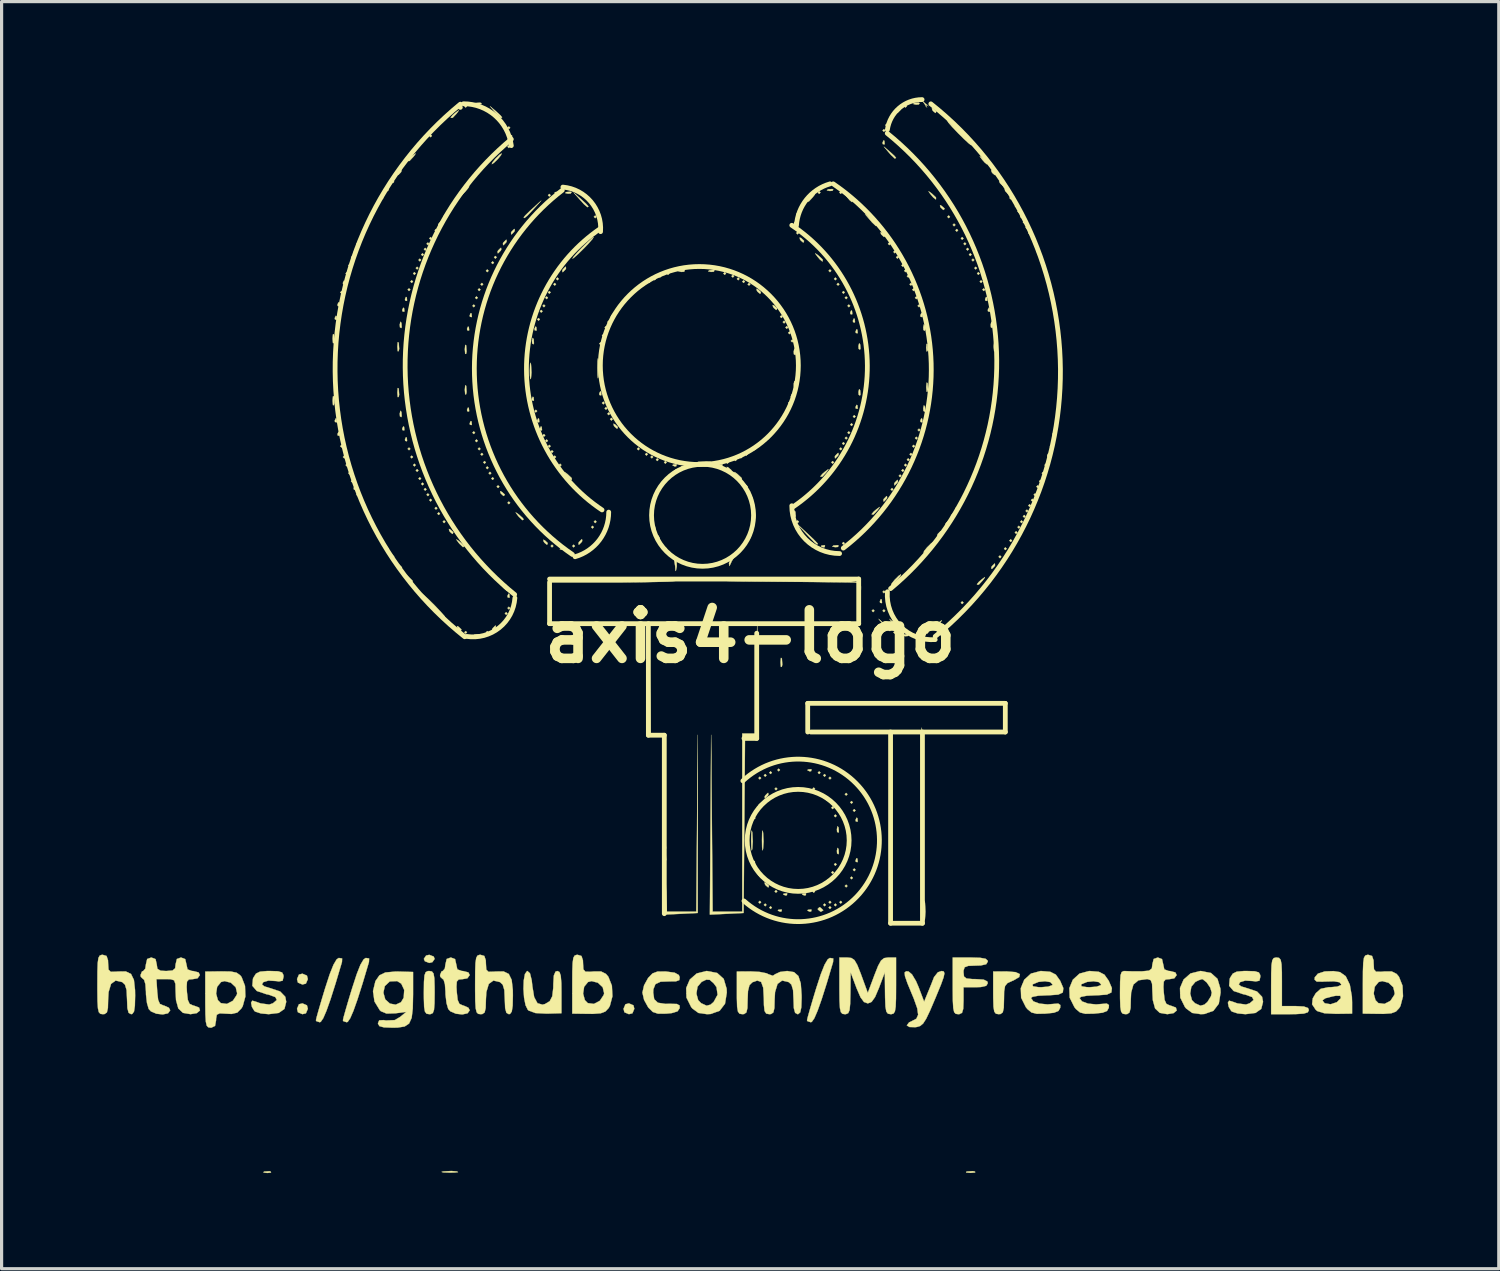
<source format=kicad_pcb>
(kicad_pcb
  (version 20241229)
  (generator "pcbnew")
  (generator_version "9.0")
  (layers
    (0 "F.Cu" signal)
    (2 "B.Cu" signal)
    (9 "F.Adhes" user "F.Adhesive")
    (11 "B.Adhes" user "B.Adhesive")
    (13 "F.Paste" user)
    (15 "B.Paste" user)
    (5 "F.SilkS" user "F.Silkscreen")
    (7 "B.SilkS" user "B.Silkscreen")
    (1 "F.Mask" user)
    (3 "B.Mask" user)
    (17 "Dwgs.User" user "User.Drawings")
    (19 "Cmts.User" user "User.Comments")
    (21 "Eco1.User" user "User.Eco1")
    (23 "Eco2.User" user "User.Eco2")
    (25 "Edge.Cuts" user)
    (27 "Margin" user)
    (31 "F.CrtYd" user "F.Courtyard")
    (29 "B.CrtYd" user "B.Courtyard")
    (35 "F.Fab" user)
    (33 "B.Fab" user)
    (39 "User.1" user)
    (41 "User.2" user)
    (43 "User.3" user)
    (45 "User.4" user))
  (footprint "axis4-logo"
    (layer "F.Cu")
    (at 20.494 16.919)
    (property "Reference" "axis4-logo" (at 0 0 0) (layer "F.SilkS") (effects (font (size 1.524 1.524) (thickness 0.3))))
    (attr through_hole)
    (fp_line (start -6.3 -1.8) (end 3.4 -1.8) (stroke (width 0.15) (type solid)) (layer "F.SilkS"))
    (fp_line (start -6.3 -0.4) (end -6.3 -1.7) (stroke (width 0.15) (type solid)) (layer "F.SilkS"))
    (fp_line (start -3.2 -0.4) (end -3.2 3.1) (stroke (width 0.15) (type solid)) (layer "F.SilkS"))
    (fp_line (start -3.2 3.1) (end -2.7 3.1) (stroke (width 0.15) (type solid)) (layer "F.SilkS"))
    (fp_line (start -2.7 3.1) (end -2.7 8.7) (stroke (width 0.15) (type solid)) (layer "F.SilkS"))
    (fp_line (start 0.2 -0.1) (end 0.2 3.2) (stroke (width 0.15) (type solid)) (layer "F.SilkS"))
    (fp_line (start 0.2 3.2) (end -0.2 3.2) (stroke (width 0.15) (type solid)) (layer "F.SilkS"))
    (fp_line (start 1.8 2.1) (end 1.8 3) (stroke (width 0.15) (type solid)) (layer "F.SilkS"))
    (fp_line (start 1.9 3) (end 8 3) (stroke (width 0.15) (type solid)) (layer "F.SilkS"))
    (fp_line (start 3.4 -1.8) (end 3.4 -0.4) (stroke (width 0.15) (type solid)) (layer "F.SilkS"))
    (fp_line (start 3.4 -0.4) (end -6.3 -0.4) (stroke (width 0.15) (type solid)) (layer "F.SilkS"))
    (fp_line (start 4.4 9) (end 4.4 3) (stroke (width 0.15) (type solid)) (layer "F.SilkS"))
    (fp_line (start 5.4 3) (end 5.4 9) (stroke (width 0.15) (type solid)) (layer "F.SilkS"))
    (fp_line (start 5.4 9) (end 4.4 9) (stroke (width 0.15) (type solid)) (layer "F.SilkS"))
    (fp_line (start 8 2.1) (end 1.8 2.1) (stroke (width 0.15) (type solid)) (layer "F.SilkS"))
    (fp_line (start 8 3) (end 8 2.1) (stroke (width 0.15) (type solid)) (layer "F.SilkS"))
    (fp_arc (start -9.148206 -16.636991) (mid -9.12409 -16.618513) (end -9.100001 -16.599999) (stroke (width 0.15) (type solid)) (layer "F.SilkS"))
    (fp_arc (start -8.999999 -16.713273) (mid -8.003169 -16.338562) (end -7.500001 -15.399999) (stroke (width 0.15) (type solid)) (layer "F.SilkS"))
    (fp_arc (start -8.962856 0.010488) (mid -13.029503 -8.311943) (end -9.1 -16.7) (stroke (width 0.15) (type solid)) (layer "F.SilkS"))
    (fp_arc (start -7.395076 -1.314106) (mid -10.831218 -8.432201) (end -7.499999 -15.599999) (stroke (width 0.15) (type solid)) (layer "F.SilkS"))
    (fp_arc (start -7.388049 -1.20629) (mid -7.8797 -0.271844) (end -8.899999 -0.000001) (stroke (width 0.15) (type solid)) (layer "F.SilkS"))
    (fp_arc (start -5.881957 -14.098485) (mid -5.004184 -13.641634) (end -4.700001 -12.700001) (stroke (width 0.15) (type solid)) (layer "F.SilkS"))
    (fp_arc (start -5.58344 -2.570576) (mid -8.657745 -8.204523) (end -5.899999 -13.999999) (stroke (width 0.15) (type solid)) (layer "F.SilkS"))
    (fp_arc (start -4.654006 -3.968992) (mid -7.025337 -8.372265) (end -4.699999 -12.799999) (stroke (width 0.15) (type solid)) (layer "F.SilkS"))
    (fp_arc (start -4.443979 -3.899999) (mid -4.737588 -3.02319) (end -5.500001 -2.500001) (stroke (width 0.15) (type solid)) (layer "F.SilkS"))
    (fp_arc (start -0.234816 4.531737) (mid 4.0494 6.376445) (end -0.199999 8.299999) (stroke (width 0.15) (type solid)) (layer "F.SilkS"))
    (fp_arc (start 1.3 -12.9) (mid 3.671331 -8.496727) (end 1.345993 -4.068993) (stroke (width 0.15) (type solid)) (layer "F.SilkS"))
    (fp_arc (start 1.446814 -12.890826) (mid 1.765514 -13.712656) (end 2.5 -14.2) (stroke (width 0.15) (type solid)) (layer "F.SilkS"))
    (fp_arc (start 2.6 -14.2) (mid 5.674305 -8.566053) (end 2.916559 -2.770577) (stroke (width 0.15) (type solid)) (layer "F.SilkS"))
    (fp_arc (start 2.8 -2.6) (mid 1.73934 -3.03934) (end 1.3 -4.1) (stroke (width 0.15) (type solid)) (layer "F.SilkS"))
    (fp_arc (start 4.295077 -15.785893) (mid 7.731219 -8.667798) (end 4.4 -1.5) (stroke (width 0.15) (type solid)) (layer "F.SilkS"))
    (fp_arc (start 4.3 -15.9) (mid 4.668222 -16.575436) (end 5.388944 -16.844437) (stroke (width 0.15) (type solid)) (layer "F.SilkS"))
    (fp_arc (start 5.662856 -16.710488) (mid 9.729503 -8.388057) (end 5.8 0) (stroke (width 0.15) (type solid)) (layer "F.SilkS"))
    (fp_arc (start 5.800001 0.099999) (mid 4.70753 -0.307528) (end 4.300001 -1.399999) (stroke (width 0.15) (type solid)) (layer "F.SilkS"))
    (fp_circle (center -1.6 -8.5) (end -1.8 -11.6) (stroke (width 0.15) (type solid)) (fill no) (layer "F.SilkS"))
    (fp_circle (center -1.5 -3.8) (end -1.5 -5.4) (stroke (width 0.15) (type solid)) (fill no) (layer "F.SilkS"))
    (fp_circle (center 1.5 6.4) (end 1.5 4.8) (stroke (width 0.15) (type solid)) (fill no) (layer "F.SilkS"))
    (fp_poly (pts (xy 3.387 -1.69) (xy 3.387 -1.673) (xy 3.356 -1.691) (xy 3.387 -1.69)) (stroke (width 0.01) (type solid)) (fill yes) (layer "F.SilkS"))
    (fp_poly (pts (xy -12.785 -10.795) (xy -12.827 -10.753) (xy -12.869 -10.795) (xy -12.827 -10.837) (xy -12.785 -10.795)) (stroke (width 0.01) (type solid)) (fill yes) (layer "F.SilkS"))
    (fp_poly (pts (xy -12.785 -5.969) (xy -12.827 -5.927) (xy -12.869 -5.969) (xy -12.827 -6.011) (xy -12.785 -5.969)) (stroke (width 0.01) (type solid)) (fill yes) (layer "F.SilkS"))
    (fp_poly (pts (xy -12.7 -5.63) (xy -12.742 -5.588) (xy -12.785 -5.63) (xy -12.742 -5.673) (xy -12.7 -5.63)) (stroke (width 0.01) (type solid)) (fill yes) (layer "F.SilkS"))
    (fp_poly (pts (xy -12.615 -11.388) (xy -12.658 -11.345) (xy -12.7 -11.388) (xy -12.658 -11.43) (xy -12.615 -11.388)) (stroke (width 0.01) (type solid)) (fill yes) (layer "F.SilkS"))
    (fp_poly (pts (xy -12.615 -5.376) (xy -12.658 -5.334) (xy -12.7 -5.376) (xy -12.658 -5.419) (xy -12.615 -5.376)) (stroke (width 0.01) (type solid)) (fill yes) (layer "F.SilkS"))
    (fp_poly (pts (xy -12.531 -11.642) (xy -12.573 -11.599) (xy -12.615 -11.642) (xy -12.573 -11.684) (xy -12.531 -11.642)) (stroke (width 0.01) (type solid)) (fill yes) (layer "F.SilkS"))
    (fp_poly (pts (xy -12.531 -5.122) (xy -12.573 -5.08) (xy -12.615 -5.122) (xy -12.573 -5.165) (xy -12.531 -5.122)) (stroke (width 0.01) (type solid)) (fill yes) (layer "F.SilkS"))
    (fp_poly (pts (xy -12.446 -11.896) (xy -12.488 -11.853) (xy -12.531 -11.896) (xy -12.488 -11.938) (xy -12.446 -11.896)) (stroke (width 0.01) (type solid)) (fill yes) (layer "F.SilkS"))
    (fp_poly (pts (xy -12.446 -4.868) (xy -12.488 -4.826) (xy -12.531 -4.868) (xy -12.488 -4.911) (xy -12.446 -4.868)) (stroke (width 0.01) (type solid)) (fill yes) (layer "F.SilkS"))
    (fp_poly (pts (xy -12.361 -12.065) (xy -12.404 -12.023) (xy -12.446 -12.065) (xy -12.404 -12.107) (xy -12.361 -12.065)) (stroke (width 0.01) (type solid)) (fill yes) (layer "F.SilkS"))
    (fp_poly (pts (xy -12.277 -12.319) (xy -12.319 -12.277) (xy -12.361 -12.319) (xy -12.319 -12.361) (xy -12.277 -12.319)) (stroke (width 0.01) (type solid)) (fill yes) (layer "F.SilkS"))
    (fp_poly (pts (xy -12.277 -4.445) (xy -12.319 -4.403) (xy -12.361 -4.445) (xy -12.319 -4.487) (xy -12.277 -4.445)) (stroke (width 0.01) (type solid)) (fill yes) (layer "F.SilkS"))
    (fp_poly (pts (xy -12.192 -12.488) (xy -12.234 -12.446) (xy -12.277 -12.488) (xy -12.234 -12.531) (xy -12.192 -12.488)) (stroke (width 0.01) (type solid)) (fill yes) (layer "F.SilkS"))
    (fp_poly (pts (xy -12.192 -4.276) (xy -12.234 -4.233) (xy -12.277 -4.276) (xy -12.234 -4.318) (xy -12.192 -4.276)) (stroke (width 0.01) (type solid)) (fill yes) (layer "F.SilkS"))
    (fp_poly (pts (xy -12.107 -12.658) (xy -12.15 -12.615) (xy -12.192 -12.658) (xy -12.15 -12.7) (xy -12.107 -12.658)) (stroke (width 0.01) (type solid)) (fill yes) (layer "F.SilkS"))
    (fp_poly (pts (xy -12.107 -4.106) (xy -12.15 -4.064) (xy -12.192 -4.106) (xy -12.15 -4.149) (xy -12.107 -4.106)) (stroke (width 0.01) (type solid)) (fill yes) (layer "F.SilkS"))
    (fp_poly (pts (xy -12.023 -12.827) (xy -12.065 -12.785) (xy -12.107 -12.827) (xy -12.065 -12.869) (xy -12.023 -12.827)) (stroke (width 0.01) (type solid)) (fill yes) (layer "F.SilkS"))
    (fp_poly (pts (xy -12.023 -3.937) (xy -12.065 -3.895) (xy -12.107 -3.937) (xy -12.065 -3.979) (xy -12.023 -3.937)) (stroke (width 0.01) (type solid)) (fill yes) (layer "F.SilkS"))
    (fp_poly (pts (xy -11.938 -12.996) (xy -11.98 -12.954) (xy -12.023 -12.996) (xy -11.98 -13.039) (xy -11.938 -12.996)) (stroke (width 0.01) (type solid)) (fill yes) (layer "F.SilkS"))
    (fp_poly (pts (xy -11.938 -3.768) (xy -11.98 -3.725) (xy -12.023 -3.768) (xy -11.98 -3.81) (xy -11.938 -3.768)) (stroke (width 0.01) (type solid)) (fill yes) (layer "F.SilkS"))
    (fp_poly (pts (xy -11.853 -13.166) (xy -11.896 -13.123) (xy -11.938 -13.166) (xy -11.896 -13.208) (xy -11.853 -13.166)) (stroke (width 0.01) (type solid)) (fill yes) (layer "F.SilkS"))
    (fp_poly (pts (xy -11.853 -3.598) (xy -11.896 -3.556) (xy -11.938 -3.598) (xy -11.896 -3.641) (xy -11.853 -3.598)) (stroke (width 0.01) (type solid)) (fill yes) (layer "F.SilkS"))
    (fp_poly (pts (xy -11.769 -13.335) (xy -11.811 -13.293) (xy -11.853 -13.335) (xy -11.811 -13.377) (xy -11.769 -13.335)) (stroke (width 0.01) (type solid)) (fill yes) (layer "F.SilkS"))
    (fp_poly (pts (xy -11.769 -3.429) (xy -11.811 -3.387) (xy -11.853 -3.429) (xy -11.811 -3.471) (xy -11.769 -3.429)) (stroke (width 0.01) (type solid)) (fill yes) (layer "F.SilkS"))
    (fp_poly (pts (xy -11.684 -13.504) (xy -11.726 -13.462) (xy -11.769 -13.504) (xy -11.726 -13.547) (xy -11.684 -13.504)) (stroke (width 0.01) (type solid)) (fill yes) (layer "F.SilkS"))
    (fp_poly (pts (xy -11.684 -3.26) (xy -11.726 -3.217) (xy -11.769 -3.26) (xy -11.726 -3.302) (xy -11.684 -3.26)) (stroke (width 0.01) (type solid)) (fill yes) (layer "F.SilkS"))
    (fp_poly (pts (xy -11.515 -13.758) (xy -11.557 -13.716) (xy -11.599 -13.758) (xy -11.557 -13.801) (xy -11.515 -13.758)) (stroke (width 0.01) (type solid)) (fill yes) (layer "F.SilkS"))
    (fp_poly (pts (xy -11.515 -3.006) (xy -11.557 -2.963) (xy -11.599 -3.006) (xy -11.557 -3.048) (xy -11.515 -3.006)) (stroke (width 0.01) (type solid)) (fill yes) (layer "F.SilkS"))
    (fp_poly (pts (xy -11.345 -14.012) (xy -11.388 -13.97) (xy -11.43 -14.012) (xy -11.388 -14.055) (xy -11.345 -14.012)) (stroke (width 0.01) (type solid)) (fill yes) (layer "F.SilkS"))
    (fp_poly (pts (xy -11.176 -14.266) (xy -11.218 -14.224) (xy -11.261 -14.266) (xy -11.218 -14.309) (xy -11.176 -14.266)) (stroke (width 0.01) (type solid)) (fill yes) (layer "F.SilkS"))
    (fp_poly (pts (xy -10.668 -10.88) (xy -10.71 -10.837) (xy -10.753 -10.88) (xy -10.71 -10.922) (xy -10.668 -10.88)) (stroke (width 0.01) (type solid)) (fill yes) (layer "F.SilkS"))
    (fp_poly (pts (xy -10.668 -5.884) (xy -10.71 -5.842) (xy -10.753 -5.884) (xy -10.71 -5.927) (xy -10.668 -5.884)) (stroke (width 0.01) (type solid)) (fill yes) (layer "F.SilkS"))
    (fp_poly (pts (xy -10.583 -11.134) (xy -10.626 -11.091) (xy -10.668 -11.134) (xy -10.626 -11.176) (xy -10.583 -11.134)) (stroke (width 0.01) (type solid)) (fill yes) (layer "F.SilkS"))
    (fp_poly (pts (xy -10.583 -5.63) (xy -10.626 -5.588) (xy -10.668 -5.63) (xy -10.626 -5.673) (xy -10.583 -5.63)) (stroke (width 0.01) (type solid)) (fill yes) (layer "F.SilkS"))
    (fp_poly (pts (xy -10.499 -11.388) (xy -10.541 -11.345) (xy -10.583 -11.388) (xy -10.541 -11.43) (xy -10.499 -11.388)) (stroke (width 0.01) (type solid)) (fill yes) (layer "F.SilkS"))
    (fp_poly (pts (xy -10.499 -5.376) (xy -10.541 -5.334) (xy -10.583 -5.376) (xy -10.541 -5.419) (xy -10.499 -5.376)) (stroke (width 0.01) (type solid)) (fill yes) (layer "F.SilkS"))
    (fp_poly (pts (xy -10.414 -11.557) (xy -10.456 -11.515) (xy -10.499 -11.557) (xy -10.456 -11.599) (xy -10.414 -11.557)) (stroke (width 0.01) (type solid)) (fill yes) (layer "F.SilkS"))
    (fp_poly (pts (xy -10.414 -5.207) (xy -10.456 -5.165) (xy -10.499 -5.207) (xy -10.456 -5.249) (xy -10.414 -5.207)) (stroke (width 0.01) (type solid)) (fill yes) (layer "F.SilkS"))
    (fp_poly (pts (xy -10.329 -11.811) (xy -10.372 -11.769) (xy -10.414 -11.811) (xy -10.372 -11.853) (xy -10.329 -11.811)) (stroke (width 0.01) (type solid)) (fill yes) (layer "F.SilkS"))
    (fp_poly (pts (xy -10.329 -4.953) (xy -10.372 -4.911) (xy -10.414 -4.953) (xy -10.372 -4.995) (xy -10.329 -4.953)) (stroke (width 0.01) (type solid)) (fill yes) (layer "F.SilkS"))
    (fp_poly (pts (xy -10.245 -11.98) (xy -10.287 -11.938) (xy -10.329 -11.98) (xy -10.287 -12.023) (xy -10.245 -11.98)) (stroke (width 0.01) (type solid)) (fill yes) (layer "F.SilkS"))
    (fp_poly (pts (xy -10.245 -4.784) (xy -10.287 -4.741) (xy -10.329 -4.784) (xy -10.287 -4.826) (xy -10.245 -4.784)) (stroke (width 0.01) (type solid)) (fill yes) (layer "F.SilkS"))
    (fp_poly (pts (xy -10.16 -12.15) (xy -10.202 -12.107) (xy -10.245 -12.15) (xy -10.202 -12.192) (xy -10.16 -12.15)) (stroke (width 0.01) (type solid)) (fill yes) (layer "F.SilkS"))
    (fp_poly (pts (xy -10.16 -4.614) (xy -10.202 -4.572) (xy -10.245 -4.614) (xy -10.202 -4.657) (xy -10.16 -4.614)) (stroke (width 0.01) (type solid)) (fill yes) (layer "F.SilkS"))
    (fp_poly (pts (xy -10.075 -12.319) (xy -10.118 -12.277) (xy -10.16 -12.319) (xy -10.118 -12.361) (xy -10.075 -12.319)) (stroke (width 0.01) (type solid)) (fill yes) (layer "F.SilkS"))
    (fp_poly (pts (xy -10.075 -4.445) (xy -10.118 -4.403) (xy -10.16 -4.445) (xy -10.118 -4.487) (xy -10.075 -4.445)) (stroke (width 0.01) (type solid)) (fill yes) (layer "F.SilkS"))
    (fp_poly (pts (xy -9.991 -15.706) (xy -10.033 -15.663) (xy -10.075 -15.706) (xy -10.033 -15.748) (xy -9.991 -15.706)) (stroke (width 0.01) (type solid)) (fill yes) (layer "F.SilkS"))
    (fp_poly (pts (xy -9.991 -12.488) (xy -10.033 -12.446) (xy -10.075 -12.488) (xy -10.033 -12.531) (xy -9.991 -12.488)) (stroke (width 0.01) (type solid)) (fill yes) (layer "F.SilkS"))
    (fp_poly (pts (xy -9.991 -4.276) (xy -10.033 -4.233) (xy -10.075 -4.276) (xy -10.033 -4.318) (xy -9.991 -4.276)) (stroke (width 0.01) (type solid)) (fill yes) (layer "F.SilkS"))
    (fp_poly (pts (xy -9.821 -12.742) (xy -9.864 -12.7) (xy -9.906 -12.742) (xy -9.864 -12.785) (xy -9.821 -12.742)) (stroke (width 0.01) (type solid)) (fill yes) (layer "F.SilkS"))
    (fp_poly (pts (xy -9.821 -4.022) (xy -9.864 -3.979) (xy -9.906 -4.022) (xy -9.864 -4.064) (xy -9.821 -4.022)) (stroke (width 0.01) (type solid)) (fill yes) (layer "F.SilkS"))
    (fp_poly (pts (xy -9.737 -3.852) (xy -9.779 -3.81) (xy -9.821 -3.852) (xy -9.779 -3.895) (xy -9.737 -3.852)) (stroke (width 0.01) (type solid)) (fill yes) (layer "F.SilkS"))
    (fp_poly (pts (xy -9.567 -3.598) (xy -9.61 -3.556) (xy -9.652 -3.598) (xy -9.61 -3.641) (xy -9.567 -3.598)) (stroke (width 0.01) (type solid)) (fill yes) (layer "F.SilkS"))
    (fp_poly (pts (xy -8.89 -16.637) (xy -8.932 -16.595) (xy -8.975 -16.637) (xy -8.932 -16.679) (xy -8.89 -16.637)) (stroke (width 0.01) (type solid)) (fill yes) (layer "F.SilkS"))
    (fp_poly (pts (xy -8.89 -0.127) (xy -8.932 -0.085) (xy -8.975 -0.127) (xy -8.932 -0.169) (xy -8.89 -0.127)) (stroke (width 0.01) (type solid)) (fill yes) (layer "F.SilkS"))
    (fp_poly (pts (xy -8.636 -10.372) (xy -8.678 -10.329) (xy -8.721 -10.372) (xy -8.678 -10.414) (xy -8.636 -10.372)) (stroke (width 0.01) (type solid)) (fill yes) (layer "F.SilkS"))
    (fp_poly (pts (xy -8.636 -6.392) (xy -8.678 -6.35) (xy -8.721 -6.392) (xy -8.678 -6.435) (xy -8.636 -6.392)) (stroke (width 0.01) (type solid)) (fill yes) (layer "F.SilkS"))
    (fp_poly (pts (xy -8.551 -10.626) (xy -8.594 -10.583) (xy -8.636 -10.626) (xy -8.594 -10.668) (xy -8.551 -10.626)) (stroke (width 0.01) (type solid)) (fill yes) (layer "F.SilkS"))
    (fp_poly (pts (xy -8.551 -6.138) (xy -8.594 -6.096) (xy -8.636 -6.138) (xy -8.594 -6.181) (xy -8.551 -6.138)) (stroke (width 0.01) (type solid)) (fill yes) (layer "F.SilkS"))
    (fp_poly (pts (xy -8.467 -10.88) (xy -8.509 -10.837) (xy -8.551 -10.88) (xy -8.509 -10.922) (xy -8.467 -10.88)) (stroke (width 0.01) (type solid)) (fill yes) (layer "F.SilkS"))
    (fp_poly (pts (xy -8.467 -5.884) (xy -8.509 -5.842) (xy -8.551 -5.884) (xy -8.509 -5.927) (xy -8.467 -5.884)) (stroke (width 0.01) (type solid)) (fill yes) (layer "F.SilkS"))
    (fp_poly (pts (xy -8.382 -11.049) (xy -8.424 -11.007) (xy -8.467 -11.049) (xy -8.424 -11.091) (xy -8.382 -11.049)) (stroke (width 0.01) (type solid)) (fill yes) (layer "F.SilkS"))
    (fp_poly (pts (xy -8.382 -5.715) (xy -8.424 -5.673) (xy -8.467 -5.715) (xy -8.424 -5.757) (xy -8.382 -5.715)) (stroke (width 0.01) (type solid)) (fill yes) (layer "F.SilkS"))
    (fp_poly (pts (xy -8.297 -5.461) (xy -8.34 -5.419) (xy -8.382 -5.461) (xy -8.34 -5.503) (xy -8.297 -5.461)) (stroke (width 0.01) (type solid)) (fill yes) (layer "F.SilkS"))
    (fp_poly (pts (xy -8.213 -11.472) (xy -8.255 -11.43) (xy -8.297 -11.472) (xy -8.255 -11.515) (xy -8.213 -11.472)) (stroke (width 0.01) (type solid)) (fill yes) (layer "F.SilkS"))
    (fp_poly (pts (xy -8.213 -5.292) (xy -8.255 -5.249) (xy -8.297 -5.292) (xy -8.255 -5.334) (xy -8.213 -5.292)) (stroke (width 0.01) (type solid)) (fill yes) (layer "F.SilkS"))
    (fp_poly (pts (xy -8.213 -0.127) (xy -8.255 -0.085) (xy -8.297 -0.127) (xy -8.255 -0.169) (xy -8.213 -0.127)) (stroke (width 0.01) (type solid)) (fill yes) (layer "F.SilkS"))
    (fp_poly (pts (xy -8.128 -5.122) (xy -8.17 -5.08) (xy -8.213 -5.122) (xy -8.17 -5.165) (xy -8.128 -5.122)) (stroke (width 0.01) (type solid)) (fill yes) (layer "F.SilkS"))
    (fp_poly (pts (xy -8.043 -11.726) (xy -8.086 -11.684) (xy -8.128 -11.726) (xy -8.086 -11.769) (xy -8.043 -11.726)) (stroke (width 0.01) (type solid)) (fill yes) (layer "F.SilkS"))
    (fp_poly (pts (xy -8.043 -4.953) (xy -8.086 -4.911) (xy -8.128 -4.953) (xy -8.086 -4.995) (xy -8.043 -4.953)) (stroke (width 0.01) (type solid)) (fill yes) (layer "F.SilkS"))
    (fp_poly (pts (xy -7.959 -11.896) (xy -8.001 -11.853) (xy -8.043 -11.896) (xy -8.001 -11.938) (xy -7.959 -11.896)) (stroke (width 0.01) (type solid)) (fill yes) (layer "F.SilkS"))
    (fp_poly (pts (xy -7.874 -4.699) (xy -7.916 -4.657) (xy -7.959 -4.699) (xy -7.916 -4.741) (xy -7.874 -4.699)) (stroke (width 0.01) (type solid)) (fill yes) (layer "F.SilkS"))
    (fp_poly (pts (xy -7.62 -0.72) (xy -7.662 -0.677) (xy -7.705 -0.72) (xy -7.662 -0.762) (xy -7.62 -0.72)) (stroke (width 0.01) (type solid)) (fill yes) (layer "F.SilkS"))
    (fp_poly (pts (xy -7.535 -15.96) (xy -7.578 -15.917) (xy -7.62 -15.96) (xy -7.578 -16.002) (xy -7.535 -15.96)) (stroke (width 0.01) (type solid)) (fill yes) (layer "F.SilkS"))
    (fp_poly (pts (xy -7.535 -15.367) (xy -7.578 -15.325) (xy -7.62 -15.367) (xy -7.578 -15.409) (xy -7.535 -15.367)) (stroke (width 0.01) (type solid)) (fill yes) (layer "F.SilkS"))
    (fp_poly (pts (xy -7.535 -4.191) (xy -7.578 -4.149) (xy -7.62 -4.191) (xy -7.578 -4.233) (xy -7.535 -4.191)) (stroke (width 0.01) (type solid)) (fill yes) (layer "F.SilkS"))
    (fp_poly (pts (xy -7.535 -0.889) (xy -7.578 -0.847) (xy -7.62 -0.889) (xy -7.578 -0.931) (xy -7.535 -0.889)) (stroke (width 0.01) (type solid)) (fill yes) (layer "F.SilkS"))
    (fp_poly (pts (xy -6.689 -7.07) (xy -6.731 -7.027) (xy -6.773 -7.07) (xy -6.731 -7.112) (xy -6.689 -7.07)) (stroke (width 0.01) (type solid)) (fill yes) (layer "F.SilkS"))
    (fp_poly (pts (xy -6.604 -9.948) (xy -6.646 -9.906) (xy -6.689 -9.948) (xy -6.646 -9.991) (xy -6.604 -9.948)) (stroke (width 0.01) (type solid)) (fill yes) (layer "F.SilkS"))
    (fp_poly (pts (xy -6.519 -10.202) (xy -6.562 -10.16) (xy -6.604 -10.202) (xy -6.562 -10.245) (xy -6.519 -10.202)) (stroke (width 0.01) (type solid)) (fill yes) (layer "F.SilkS"))
    (fp_poly (pts (xy -6.435 -10.372) (xy -6.477 -10.329) (xy -6.519 -10.372) (xy -6.477 -10.414) (xy -6.435 -10.372)) (stroke (width 0.01) (type solid)) (fill yes) (layer "F.SilkS"))
    (fp_poly (pts (xy -6.435 -6.308) (xy -6.477 -6.265) (xy -6.519 -6.308) (xy -6.477 -6.35) (xy -6.435 -6.308)) (stroke (width 0.01) (type solid)) (fill yes) (layer "F.SilkS"))
    (fp_poly (pts (xy -6.35 -10.626) (xy -6.392 -10.583) (xy -6.435 -10.626) (xy -6.392 -10.668) (xy -6.35 -10.626)) (stroke (width 0.01) (type solid)) (fill yes) (layer "F.SilkS"))
    (fp_poly (pts (xy -6.35 -6.138) (xy -6.392 -6.096) (xy -6.435 -6.138) (xy -6.392 -6.181) (xy -6.35 -6.138)) (stroke (width 0.01) (type solid)) (fill yes) (layer "F.SilkS"))
    (fp_poly (pts (xy -6.265 -13.843) (xy -6.308 -13.801) (xy -6.35 -13.843) (xy -6.308 -13.885) (xy -6.265 -13.843)) (stroke (width 0.01) (type solid)) (fill yes) (layer "F.SilkS"))
    (fp_poly (pts (xy -6.265 -10.795) (xy -6.308 -10.753) (xy -6.35 -10.795) (xy -6.308 -10.837) (xy -6.265 -10.795)) (stroke (width 0.01) (type solid)) (fill yes) (layer "F.SilkS"))
    (fp_poly (pts (xy -6.265 -5.969) (xy -6.308 -5.927) (xy -6.35 -5.969) (xy -6.308 -6.011) (xy -6.265 -5.969)) (stroke (width 0.01) (type solid)) (fill yes) (layer "F.SilkS"))
    (fp_poly (pts (xy -6.181 -5.8) (xy -6.223 -5.757) (xy -6.265 -5.8) (xy -6.223 -5.842) (xy -6.181 -5.8)) (stroke (width 0.01) (type solid)) (fill yes) (layer "F.SilkS"))
    (fp_poly (pts (xy -6.181 -2.836) (xy -6.223 -2.794) (xy -6.265 -2.836) (xy -6.223 -2.879) (xy -6.181 -2.836)) (stroke (width 0.01) (type solid)) (fill yes) (layer "F.SilkS"))
    (fp_poly (pts (xy -6.096 -11.049) (xy -6.138 -11.007) (xy -6.181 -11.049) (xy -6.138 -11.091) (xy -6.096 -11.049)) (stroke (width 0.01) (type solid)) (fill yes) (layer "F.SilkS"))
    (fp_poly (pts (xy -6.096 -5.63) (xy -6.138 -5.588) (xy -6.181 -5.63) (xy -6.138 -5.673) (xy -6.096 -5.63)) (stroke (width 0.01) (type solid)) (fill yes) (layer "F.SilkS"))
    (fp_poly (pts (xy -6.011 -11.218) (xy -6.054 -11.176) (xy -6.096 -11.218) (xy -6.054 -11.261) (xy -6.011 -11.218)) (stroke (width 0.01) (type solid)) (fill yes) (layer "F.SilkS"))
    (fp_poly (pts (xy -5.927 -5.376) (xy -5.969 -5.334) (xy -6.011 -5.376) (xy -5.969 -5.419) (xy -5.927 -5.376)) (stroke (width 0.01) (type solid)) (fill yes) (layer "F.SilkS"))
    (fp_poly (pts (xy -5.503 -2.836) (xy -5.546 -2.794) (xy -5.588 -2.836) (xy -5.546 -2.879) (xy -5.503 -2.836)) (stroke (width 0.01) (type solid)) (fill yes) (layer "F.SilkS"))
    (fp_poly (pts (xy -4.911 -3.429) (xy -4.953 -3.387) (xy -4.995 -3.429) (xy -4.953 -3.471) (xy -4.911 -3.429)) (stroke (width 0.01) (type solid)) (fill yes) (layer "F.SilkS"))
    (fp_poly (pts (xy -4.826 -13.166) (xy -4.868 -13.123) (xy -4.911 -13.166) (xy -4.868 -13.208) (xy -4.826 -13.166)) (stroke (width 0.01) (type solid)) (fill yes) (layer "F.SilkS"))
    (fp_poly (pts (xy -4.826 -12.658) (xy -4.868 -12.615) (xy -4.911 -12.658) (xy -4.868 -12.7) (xy -4.826 -12.658)) (stroke (width 0.01) (type solid)) (fill yes) (layer "F.SilkS"))
    (fp_poly (pts (xy -4.826 -4.106) (xy -4.868 -4.064) (xy -4.911 -4.106) (xy -4.868 -4.149) (xy -4.826 -4.106)) (stroke (width 0.01) (type solid)) (fill yes) (layer "F.SilkS"))
    (fp_poly (pts (xy -4.826 -3.598) (xy -4.868 -3.556) (xy -4.911 -3.598) (xy -4.868 -3.641) (xy -4.826 -3.598)) (stroke (width 0.01) (type solid)) (fill yes) (layer "F.SilkS"))
    (fp_poly (pts (xy -4.657 -9.186) (xy -4.699 -9.144) (xy -4.741 -9.186) (xy -4.699 -9.229) (xy -4.657 -9.186)) (stroke (width 0.01) (type solid)) (fill yes) (layer "F.SilkS"))
    (fp_poly (pts (xy -4.572 -9.44) (xy -4.614 -9.398) (xy -4.657 -9.44) (xy -4.614 -9.483) (xy -4.572 -9.44)) (stroke (width 0.01) (type solid)) (fill yes) (layer "F.SilkS"))
    (fp_poly (pts (xy -4.572 -7.324) (xy -4.614 -7.281) (xy -4.657 -7.324) (xy -4.614 -7.366) (xy -4.572 -7.324)) (stroke (width 0.01) (type solid)) (fill yes) (layer "F.SilkS"))
    (fp_poly (pts (xy -4.487 -9.694) (xy -4.53 -9.652) (xy -4.572 -9.694) (xy -4.53 -9.737) (xy -4.487 -9.694)) (stroke (width 0.01) (type solid)) (fill yes) (layer "F.SilkS"))
    (fp_poly (pts (xy -4.487 -7.154) (xy -4.53 -7.112) (xy -4.572 -7.154) (xy -4.53 -7.197) (xy -4.487 -7.154)) (stroke (width 0.01) (type solid)) (fill yes) (layer "F.SilkS"))
    (fp_poly (pts (xy -4.403 -9.864) (xy -4.445 -9.821) (xy -4.487 -9.864) (xy -4.445 -9.906) (xy -4.403 -9.864)) (stroke (width 0.01) (type solid)) (fill yes) (layer "F.SilkS"))
    (fp_poly (pts (xy -4.403 -6.985) (xy -4.445 -6.943) (xy -4.487 -6.985) (xy -4.445 -7.027) (xy -4.403 -6.985)) (stroke (width 0.01) (type solid)) (fill yes) (layer "F.SilkS"))
    (fp_poly (pts (xy -4.318 -6.816) (xy -4.36 -6.773) (xy -4.403 -6.816) (xy -4.36 -6.858) (xy -4.318 -6.816)) (stroke (width 0.01) (type solid)) (fill yes) (layer "F.SilkS"))
    (fp_poly (pts (xy -3.471 -5.884) (xy -3.514 -5.842) (xy -3.556 -5.884) (xy -3.514 -5.927) (xy -3.471 -5.884)) (stroke (width 0.01) (type solid)) (fill yes) (layer "F.SilkS"))
    (fp_poly (pts (xy -3.302 -11.049) (xy -3.344 -11.007) (xy -3.387 -11.049) (xy -3.344 -11.091) (xy -3.302 -11.049)) (stroke (width 0.01) (type solid)) (fill yes) (layer "F.SilkS"))
    (fp_poly (pts (xy -3.217 -5.715) (xy -3.26 -5.673) (xy -3.302 -5.715) (xy -3.26 -5.757) (xy -3.217 -5.715)) (stroke (width 0.01) (type solid)) (fill yes) (layer "F.SilkS"))
    (fp_poly (pts (xy -3.133 -11.134) (xy -3.175 -11.091) (xy -3.217 -11.134) (xy -3.175 -11.176) (xy -3.133 -11.134)) (stroke (width 0.01) (type solid)) (fill yes) (layer "F.SilkS"))
    (fp_poly (pts (xy -3.048 -5.63) (xy -3.09 -5.588) (xy -3.133 -5.63) (xy -3.09 -5.673) (xy -3.048 -5.63)) (stroke (width 0.01) (type solid)) (fill yes) (layer "F.SilkS"))
    (fp_poly (pts (xy -2.963 -11.218) (xy -3.006 -11.176) (xy -3.048 -11.218) (xy -3.006 -11.261) (xy -2.963 -11.218)) (stroke (width 0.01) (type solid)) (fill yes) (layer "F.SilkS"))
    (fp_poly (pts (xy -2.879 -5.546) (xy -2.921 -5.503) (xy -2.963 -5.546) (xy -2.921 -5.588) (xy -2.879 -5.546)) (stroke (width 0.01) (type solid)) (fill yes) (layer "F.SilkS"))
    (fp_poly (pts (xy -2.879 -4.53) (xy -2.921 -4.487) (xy -2.963 -4.53) (xy -2.921 -4.572) (xy -2.879 -4.53)) (stroke (width 0.01) (type solid)) (fill yes) (layer "F.SilkS"))
    (fp_poly (pts (xy -2.794 -11.303) (xy -2.836 -11.261) (xy -2.879 -11.303) (xy -2.836 -11.345) (xy -2.794 -11.303)) (stroke (width 0.01) (type solid)) (fill yes) (layer "F.SilkS"))
    (fp_poly (pts (xy -2.625 -5.461) (xy -2.667 -5.419) (xy -2.709 -5.461) (xy -2.667 -5.503) (xy -2.625 -5.461)) (stroke (width 0.01) (type solid)) (fill yes) (layer "F.SilkS"))
    (fp_poly (pts (xy -2.54 -11.388) (xy -2.582 -11.345) (xy -2.625 -11.388) (xy -2.582 -11.43) (xy -2.54 -11.388)) (stroke (width 0.01) (type solid)) (fill yes) (layer "F.SilkS"))
    (fp_poly (pts (xy -2.117 -5.292) (xy -2.159 -5.249) (xy -2.201 -5.292) (xy -2.159 -5.334) (xy -2.117 -5.292)) (stroke (width 0.01) (type solid)) (fill yes) (layer "F.SilkS"))
    (fp_poly (pts (xy -1.947 -5.376) (xy -1.99 -5.334) (xy -2.032 -5.376) (xy -1.99 -5.419) (xy -1.947 -5.376)) (stroke (width 0.01) (type solid)) (fill yes) (layer "F.SilkS"))
    (fp_poly (pts (xy -0.762 -11.388) (xy -0.804 -11.345) (xy -0.847 -11.388) (xy -0.804 -11.43) (xy -0.762 -11.388)) (stroke (width 0.01) (type solid)) (fill yes) (layer "F.SilkS"))
    (fp_poly (pts (xy -0.677 -5.461) (xy -0.72 -5.419) (xy -0.762 -5.461) (xy -0.72 -5.503) (xy -0.677 -5.461)) (stroke (width 0.01) (type solid)) (fill yes) (layer "F.SilkS"))
    (fp_poly (pts (xy -0.508 -11.303) (xy -0.55 -11.261) (xy -0.593 -11.303) (xy -0.55 -11.345) (xy -0.508 -11.303)) (stroke (width 0.01) (type solid)) (fill yes) (layer "F.SilkS"))
    (fp_poly (pts (xy -0.423 -5.546) (xy -0.466 -5.503) (xy -0.508 -5.546) (xy -0.466 -5.588) (xy -0.423 -5.546)) (stroke (width 0.01) (type solid)) (fill yes) (layer "F.SilkS"))
    (fp_poly (pts (xy -0.339 -11.218) (xy -0.381 -11.176) (xy -0.423 -11.218) (xy -0.381 -11.261) (xy -0.339 -11.218)) (stroke (width 0.01) (type solid)) (fill yes) (layer "F.SilkS"))
    (fp_poly (pts (xy -0.254 -5.63) (xy -0.296 -5.588) (xy -0.339 -5.63) (xy -0.296 -5.673) (xy -0.254 -5.63)) (stroke (width 0.01) (type solid)) (fill yes) (layer "F.SilkS"))
    (fp_poly (pts (xy -0.169 -11.134) (xy -0.212 -11.091) (xy -0.254 -11.134) (xy -0.212 -11.176) (xy -0.169 -11.134)) (stroke (width 0.01) (type solid)) (fill yes) (layer "F.SilkS"))
    (fp_poly (pts (xy -0.085 -5.715) (xy -0.127 -5.673) (xy -0.169 -5.715) (xy -0.127 -5.757) (xy -0.085 -5.715)) (stroke (width 0.01) (type solid)) (fill yes) (layer "F.SilkS"))
    (fp_poly (pts (xy 0 -11.049) (xy -0.042 -11.007) (xy -0.085 -11.049) (xy -0.042 -11.091) (xy 0 -11.049)) (stroke (width 0.01) (type solid)) (fill yes) (layer "F.SilkS"))
    (fp_poly (pts (xy 0 -4.53) (xy -0.042 -4.487) (xy -0.085 -4.53) (xy -0.042 -4.572) (xy 0 -4.53)) (stroke (width 0.01) (type solid)) (fill yes) (layer "F.SilkS"))
    (fp_poly (pts (xy 0 -3.09) (xy -0.042 -3.048) (xy -0.085 -3.09) (xy -0.042 -3.133) (xy 0 -3.09)) (stroke (width 0.01) (type solid)) (fill yes) (layer "F.SilkS"))
    (fp_poly (pts (xy 0.169 -5.884) (xy 0.127 -5.842) (xy 0.085 -5.884) (xy 0.127 -5.927) (xy 0.169 -5.884)) (stroke (width 0.01) (type solid)) (fill yes) (layer "F.SilkS"))
    (fp_poly (pts (xy 0.254 5.461) (xy 0.212 5.503) (xy 0.169 5.461) (xy 0.212 5.419) (xy 0.254 5.461)) (stroke (width 0.01) (type solid)) (fill yes) (layer "F.SilkS"))
    (fp_poly (pts (xy 0.254 7.324) (xy 0.212 7.366) (xy 0.169 7.324) (xy 0.212 7.281) (xy 0.254 7.324)) (stroke (width 0.01) (type solid)) (fill yes) (layer "F.SilkS"))
    (fp_poly (pts (xy 0.339 4.445) (xy 0.296 4.487) (xy 0.254 4.445) (xy 0.296 4.403) (xy 0.339 4.445)) (stroke (width 0.01) (type solid)) (fill yes) (layer "F.SilkS"))
    (fp_poly (pts (xy 0.339 5.292) (xy 0.296 5.334) (xy 0.254 5.292) (xy 0.296 5.249) (xy 0.339 5.292)) (stroke (width 0.01) (type solid)) (fill yes) (layer "F.SilkS"))
    (fp_poly (pts (xy 0.339 7.493) (xy 0.296 7.535) (xy 0.254 7.493) (xy 0.296 7.451) (xy 0.339 7.493)) (stroke (width 0.01) (type solid)) (fill yes) (layer "F.SilkS"))
    (fp_poly (pts (xy 0.339 8.34) (xy 0.296 8.382) (xy 0.254 8.34) (xy 0.296 8.297) (xy 0.339 8.34)) (stroke (width 0.01) (type solid)) (fill yes) (layer "F.SilkS"))
    (fp_poly (pts (xy 0.508 4.36) (xy 0.466 4.403) (xy 0.423 4.36) (xy 0.466 4.318) (xy 0.508 4.36)) (stroke (width 0.01) (type solid)) (fill yes) (layer "F.SilkS"))
    (fp_poly (pts (xy 0.508 8.424) (xy 0.466 8.467) (xy 0.423 8.424) (xy 0.466 8.382) (xy 0.508 8.424)) (stroke (width 0.01) (type solid)) (fill yes) (layer "F.SilkS"))
    (fp_poly (pts (xy 0.593 -6.223) (xy 0.55 -6.181) (xy 0.508 -6.223) (xy 0.55 -6.265) (xy 0.593 -6.223)) (stroke (width 0.01) (type solid)) (fill yes) (layer "F.SilkS"))
    (fp_poly (pts (xy 0.677 4.276) (xy 0.635 4.318) (xy 0.593 4.276) (xy 0.635 4.233) (xy 0.677 4.276)) (stroke (width 0.01) (type solid)) (fill yes) (layer "F.SilkS"))
    (fp_poly (pts (xy 0.677 8.509) (xy 0.635 8.551) (xy 0.593 8.509) (xy 0.635 8.467) (xy 0.677 8.509)) (stroke (width 0.01) (type solid)) (fill yes) (layer "F.SilkS"))
    (fp_poly (pts (xy 0.847 4.784) (xy 0.804 4.826) (xy 0.762 4.784) (xy 0.804 4.741) (xy 0.847 4.784)) (stroke (width 0.01) (type solid)) (fill yes) (layer "F.SilkS"))
    (fp_poly (pts (xy 0.847 8.001) (xy 0.804 8.043) (xy 0.762 8.001) (xy 0.804 7.959) (xy 0.847 8.001)) (stroke (width 0.01) (type solid)) (fill yes) (layer "F.SilkS"))
    (fp_poly (pts (xy 0.931 4.191) (xy 0.889 4.233) (xy 0.847 4.191) (xy 0.889 4.149) (xy 0.931 4.191)) (stroke (width 0.01) (type solid)) (fill yes) (layer "F.SilkS"))
    (fp_poly (pts (xy 1.016 -10.033) (xy 0.974 -9.991) (xy 0.931 -10.033) (xy 0.974 -10.075) (xy 1.016 -10.033)) (stroke (width 0.01) (type solid)) (fill yes) (layer "F.SilkS"))
    (fp_poly (pts (xy 1.101 -9.864) (xy 1.058 -9.821) (xy 1.016 -9.864) (xy 1.058 -9.906) (xy 1.101 -9.864)) (stroke (width 0.01) (type solid)) (fill yes) (layer "F.SilkS"))
    (fp_poly (pts (xy 1.185 -9.694) (xy 1.143 -9.652) (xy 1.101 -9.694) (xy 1.143 -9.737) (xy 1.185 -9.694)) (stroke (width 0.01) (type solid)) (fill yes) (layer "F.SilkS"))
    (fp_poly (pts (xy 1.185 -7.07) (xy 1.143 -7.027) (xy 1.101 -7.07) (xy 1.143 -7.112) (xy 1.185 -7.07)) (stroke (width 0.01) (type solid)) (fill yes) (layer "F.SilkS"))
    (fp_poly (pts (xy 1.27 -9.525) (xy 1.228 -9.483) (xy 1.185 -9.525) (xy 1.228 -9.567) (xy 1.27 -9.525)) (stroke (width 0.01) (type solid)) (fill yes) (layer "F.SilkS"))
    (fp_poly (pts (xy 1.27 -7.324) (xy 1.228 -7.281) (xy 1.185 -7.324) (xy 1.228 -7.366) (xy 1.27 -7.324)) (stroke (width 0.01) (type solid)) (fill yes) (layer "F.SilkS"))
    (fp_poly (pts (xy 1.355 -9.271) (xy 1.312 -9.229) (xy 1.27 -9.271) (xy 1.312 -9.313) (xy 1.355 -9.271)) (stroke (width 0.01) (type solid)) (fill yes) (layer "F.SilkS"))
    (fp_poly (pts (xy 1.524 -13.25) (xy 1.482 -13.208) (xy 1.439 -13.25) (xy 1.482 -13.293) (xy 1.524 -13.25)) (stroke (width 0.01) (type solid)) (fill yes) (layer "F.SilkS"))
    (fp_poly (pts (xy 1.524 -12.658) (xy 1.482 -12.615) (xy 1.439 -12.658) (xy 1.482 -12.7) (xy 1.524 -12.658)) (stroke (width 0.01) (type solid)) (fill yes) (layer "F.SilkS"))
    (fp_poly (pts (xy 1.524 -4.191) (xy 1.482 -4.149) (xy 1.439 -4.191) (xy 1.482 -4.233) (xy 1.524 -4.191)) (stroke (width 0.01) (type solid)) (fill yes) (layer "F.SilkS"))
    (fp_poly (pts (xy 1.524 -3.598) (xy 1.482 -3.556) (xy 1.439 -3.598) (xy 1.482 -3.641) (xy 1.524 -3.598)) (stroke (width 0.01) (type solid)) (fill yes) (layer "F.SilkS"))
    (fp_poly (pts (xy 2.032 4.784) (xy 1.99 4.826) (xy 1.947 4.784) (xy 1.99 4.741) (xy 2.032 4.784)) (stroke (width 0.01) (type solid)) (fill yes) (layer "F.SilkS"))
    (fp_poly (pts (xy 2.032 8.001) (xy 1.99 8.043) (xy 1.947 8.001) (xy 1.99 7.959) (xy 2.032 8.001)) (stroke (width 0.01) (type solid)) (fill yes) (layer "F.SilkS"))
    (fp_poly (pts (xy 2.201 -13.928) (xy 2.159 -13.885) (xy 2.117 -13.928) (xy 2.159 -13.97) (xy 2.201 -13.928)) (stroke (width 0.01) (type solid)) (fill yes) (layer "F.SilkS"))
    (fp_poly (pts (xy 2.201 4.276) (xy 2.159 4.318) (xy 2.117 4.276) (xy 2.159 4.233) (xy 2.201 4.276)) (stroke (width 0.01) (type solid)) (fill yes) (layer "F.SilkS"))
    (fp_poly (pts (xy 2.371 4.36) (xy 2.328 4.403) (xy 2.286 4.36) (xy 2.328 4.318) (xy 2.371 4.36)) (stroke (width 0.01) (type solid)) (fill yes) (layer "F.SilkS"))
    (fp_poly (pts (xy 2.371 8.424) (xy 2.328 8.467) (xy 2.286 8.424) (xy 2.328 8.382) (xy 2.371 8.424)) (stroke (width 0.01) (type solid)) (fill yes) (layer "F.SilkS"))
    (fp_poly (pts (xy 2.54 -11.472) (xy 2.498 -11.43) (xy 2.455 -11.472) (xy 2.498 -11.515) (xy 2.54 -11.472)) (stroke (width 0.01) (type solid)) (fill yes) (layer "F.SilkS"))
    (fp_poly (pts (xy 2.54 4.445) (xy 2.498 4.487) (xy 2.455 4.445) (xy 2.498 4.403) (xy 2.54 4.445)) (stroke (width 0.01) (type solid)) (fill yes) (layer "F.SilkS"))
    (fp_poly (pts (xy 2.54 8.34) (xy 2.498 8.382) (xy 2.455 8.34) (xy 2.498 8.297) (xy 2.54 8.34)) (stroke (width 0.01) (type solid)) (fill yes) (layer "F.SilkS"))
    (fp_poly (pts (xy 2.54 8.509) (xy 2.498 8.551) (xy 2.455 8.509) (xy 2.498 8.467) (xy 2.54 8.509)) (stroke (width 0.01) (type solid)) (fill yes) (layer "F.SilkS"))
    (fp_poly (pts (xy 2.625 -5.461) (xy 2.582 -5.419) (xy 2.54 -5.461) (xy 2.582 -5.503) (xy 2.625 -5.461)) (stroke (width 0.01) (type solid)) (fill yes) (layer "F.SilkS"))
    (fp_poly (pts (xy 2.625 5.376) (xy 2.582 5.419) (xy 2.54 5.376) (xy 2.582 5.334) (xy 2.625 5.376)) (stroke (width 0.01) (type solid)) (fill yes) (layer "F.SilkS"))
    (fp_poly (pts (xy 2.625 7.408) (xy 2.582 7.451) (xy 2.54 7.408) (xy 2.582 7.366) (xy 2.625 7.408)) (stroke (width 0.01) (type solid)) (fill yes) (layer "F.SilkS"))
    (fp_poly (pts (xy 2.709 -11.218) (xy 2.667 -11.176) (xy 2.625 -11.218) (xy 2.667 -11.261) (xy 2.709 -11.218)) (stroke (width 0.01) (type solid)) (fill yes) (layer "F.SilkS"))
    (fp_poly (pts (xy 2.709 5.63) (xy 2.667 5.673) (xy 2.625 5.63) (xy 2.667 5.588) (xy 2.709 5.63)) (stroke (width 0.01) (type solid)) (fill yes) (layer "F.SilkS"))
    (fp_poly (pts (xy 2.709 7.154) (xy 2.667 7.197) (xy 2.625 7.154) (xy 2.667 7.112) (xy 2.709 7.154)) (stroke (width 0.01) (type solid)) (fill yes) (layer "F.SilkS"))
    (fp_poly (pts (xy 2.709 8.424) (xy 2.667 8.467) (xy 2.625 8.424) (xy 2.667 8.382) (xy 2.709 8.424)) (stroke (width 0.01) (type solid)) (fill yes) (layer "F.SilkS"))
    (fp_poly (pts (xy 2.794 -11.049) (xy 2.752 -11.007) (xy 2.709 -11.049) (xy 2.752 -11.091) (xy 2.794 -11.049)) (stroke (width 0.01) (type solid)) (fill yes) (layer "F.SilkS"))
    (fp_poly (pts (xy 2.879 -13.928) (xy 2.836 -13.885) (xy 2.794 -13.928) (xy 2.836 -13.97) (xy 2.879 -13.928)) (stroke (width 0.01) (type solid)) (fill yes) (layer "F.SilkS"))
    (fp_poly (pts (xy 2.879 -5.884) (xy 2.836 -5.842) (xy 2.794 -5.884) (xy 2.836 -5.927) (xy 2.879 -5.884)) (stroke (width 0.01) (type solid)) (fill yes) (layer "F.SilkS"))
    (fp_poly (pts (xy 2.879 8.34) (xy 2.836 8.382) (xy 2.794 8.34) (xy 2.836 8.297) (xy 2.879 8.34)) (stroke (width 0.01) (type solid)) (fill yes) (layer "F.SilkS"))
    (fp_poly (pts (xy 2.963 -10.795) (xy 2.921 -10.753) (xy 2.879 -10.795) (xy 2.921 -10.837) (xy 2.963 -10.795)) (stroke (width 0.01) (type solid)) (fill yes) (layer "F.SilkS"))
    (fp_poly (pts (xy 2.963 -6.054) (xy 2.921 -6.011) (xy 2.879 -6.054) (xy 2.921 -6.096) (xy 2.963 -6.054)) (stroke (width 0.01) (type solid)) (fill yes) (layer "F.SilkS"))
    (fp_poly (pts (xy 2.963 -2.921) (xy 2.921 -2.879) (xy 2.879 -2.921) (xy 2.921 -2.963) (xy 2.963 -2.921)) (stroke (width 0.01) (type solid)) (fill yes) (layer "F.SilkS"))
    (fp_poly (pts (xy 3.048 -10.626) (xy 3.006 -10.583) (xy 2.963 -10.626) (xy 3.006 -10.668) (xy 3.048 -10.626)) (stroke (width 0.01) (type solid)) (fill yes) (layer "F.SilkS"))
    (fp_poly (pts (xy 3.048 -6.223) (xy 3.006 -6.181) (xy 2.963 -6.223) (xy 3.006 -6.265) (xy 3.048 -6.223)) (stroke (width 0.01) (type solid)) (fill yes) (layer "F.SilkS"))
    (fp_poly (pts (xy 3.048 4.953) (xy 3.006 4.995) (xy 2.963 4.953) (xy 3.006 4.911) (xy 3.048 4.953)) (stroke (width 0.01) (type solid)) (fill yes) (layer "F.SilkS"))
    (fp_poly (pts (xy 3.048 7.832) (xy 3.006 7.874) (xy 2.963 7.832) (xy 3.006 7.789) (xy 3.048 7.832)) (stroke (width 0.01) (type solid)) (fill yes) (layer "F.SilkS"))
    (fp_poly (pts (xy 3.133 -10.372) (xy 3.09 -10.329) (xy 3.048 -10.372) (xy 3.09 -10.414) (xy 3.133 -10.372)) (stroke (width 0.01) (type solid)) (fill yes) (layer "F.SilkS"))
    (fp_poly (pts (xy 3.133 -6.392) (xy 3.09 -6.35) (xy 3.048 -6.392) (xy 3.09 -6.435) (xy 3.133 -6.392)) (stroke (width 0.01) (type solid)) (fill yes) (layer "F.SilkS"))
    (fp_poly (pts (xy 3.217 -6.646) (xy 3.175 -6.604) (xy 3.133 -6.646) (xy 3.175 -6.689) (xy 3.217 -6.646)) (stroke (width 0.01) (type solid)) (fill yes) (layer "F.SilkS"))
    (fp_poly (pts (xy 3.217 5.207) (xy 3.175 5.249) (xy 3.133 5.207) (xy 3.175 5.165) (xy 3.217 5.207)) (stroke (width 0.01) (type solid)) (fill yes) (layer "F.SilkS"))
    (fp_poly (pts (xy 3.217 7.578) (xy 3.175 7.62) (xy 3.133 7.578) (xy 3.175 7.535) (xy 3.217 7.578)) (stroke (width 0.01) (type solid)) (fill yes) (layer "F.SilkS"))
    (fp_poly (pts (xy 3.302 -6.9) (xy 3.26 -6.858) (xy 3.217 -6.9) (xy 3.26 -6.943) (xy 3.302 -6.9)) (stroke (width 0.01) (type solid)) (fill yes) (layer "F.SilkS"))
    (fp_poly (pts (xy 3.302 5.461) (xy 3.26 5.503) (xy 3.217 5.461) (xy 3.26 5.419) (xy 3.302 5.461)) (stroke (width 0.01) (type solid)) (fill yes) (layer "F.SilkS"))
    (fp_poly (pts (xy 3.302 7.324) (xy 3.26 7.366) (xy 3.217 7.324) (xy 3.26 7.281) (xy 3.302 7.324)) (stroke (width 0.01) (type solid)) (fill yes) (layer "F.SilkS"))
    (fp_poly (pts (xy 3.895 -0.804) (xy 3.852 -0.762) (xy 3.81 -0.804) (xy 3.852 -0.847) (xy 3.895 -0.804)) (stroke (width 0.01) (type solid)) (fill yes) (layer "F.SilkS"))
    (fp_poly (pts (xy 4.233 -15.875) (xy 4.191 -15.833) (xy 4.149 -15.875) (xy 4.191 -15.917) (xy 4.233 -15.875)) (stroke (width 0.01) (type solid)) (fill yes) (layer "F.SilkS"))
    (fp_poly (pts (xy 4.233 -1.397) (xy 4.191 -1.355) (xy 4.149 -1.397) (xy 4.191 -1.439) (xy 4.233 -1.397)) (stroke (width 0.01) (type solid)) (fill yes) (layer "F.SilkS"))
    (fp_poly (pts (xy 4.233 -0.804) (xy 4.191 -0.762) (xy 4.149 -0.804) (xy 4.191 -0.847) (xy 4.233 -0.804)) (stroke (width 0.01) (type solid)) (fill yes) (layer "F.SilkS"))
    (fp_poly (pts (xy 4.318 -16.044) (xy 4.276 -16.002) (xy 4.233 -16.044) (xy 4.276 -16.087) (xy 4.318 -16.044)) (stroke (width 0.01) (type solid)) (fill yes) (layer "F.SilkS"))
    (fp_poly (pts (xy 4.403 -12.319) (xy 4.36 -12.277) (xy 4.318 -12.319) (xy 4.36 -12.361) (xy 4.403 -12.319)) (stroke (width 0.01) (type solid)) (fill yes) (layer "F.SilkS"))
    (fp_poly (pts (xy 4.487 -4.614) (xy 4.445 -4.572) (xy 4.403 -4.614) (xy 4.445 -4.657) (xy 4.487 -4.614)) (stroke (width 0.01) (type solid)) (fill yes) (layer "F.SilkS"))
    (fp_poly (pts (xy 4.572 -12.065) (xy 4.53 -12.023) (xy 4.487 -12.065) (xy 4.53 -12.107) (xy 4.572 -12.065)) (stroke (width 0.01) (type solid)) (fill yes) (layer "F.SilkS"))
    (fp_poly (pts (xy 4.572 -0.127) (xy 4.53 -0.085) (xy 4.487 -0.127) (xy 4.53 -0.169) (xy 4.572 -0.127)) (stroke (width 0.01) (type solid)) (fill yes) (layer "F.SilkS"))
    (fp_poly (pts (xy 4.657 -11.896) (xy 4.614 -11.853) (xy 4.572 -11.896) (xy 4.614 -11.938) (xy 4.657 -11.896)) (stroke (width 0.01) (type solid)) (fill yes) (layer "F.SilkS"))
    (fp_poly (pts (xy 4.741 -5.038) (xy 4.699 -4.995) (xy 4.657 -5.038) (xy 4.699 -5.08) (xy 4.741 -5.038)) (stroke (width 0.01) (type solid)) (fill yes) (layer "F.SilkS"))
    (fp_poly (pts (xy 4.826 -11.642) (xy 4.784 -11.599) (xy 4.741 -11.642) (xy 4.784 -11.684) (xy 4.826 -11.642)) (stroke (width 0.01) (type solid)) (fill yes) (layer "F.SilkS"))
    (fp_poly (pts (xy 4.826 -5.207) (xy 4.784 -5.165) (xy 4.741 -5.207) (xy 4.784 -5.249) (xy 4.826 -5.207)) (stroke (width 0.01) (type solid)) (fill yes) (layer "F.SilkS"))
    (fp_poly (pts (xy 4.911 -16.637) (xy 4.868 -16.595) (xy 4.826 -16.637) (xy 4.868 -16.679) (xy 4.911 -16.637)) (stroke (width 0.01) (type solid)) (fill yes) (layer "F.SilkS"))
    (fp_poly (pts (xy 4.911 -11.472) (xy 4.868 -11.43) (xy 4.826 -11.472) (xy 4.868 -11.515) (xy 4.911 -11.472)) (stroke (width 0.01) (type solid)) (fill yes) (layer "F.SilkS"))
    (fp_poly (pts (xy 4.911 -5.376) (xy 4.868 -5.334) (xy 4.826 -5.376) (xy 4.868 -5.419) (xy 4.911 -5.376)) (stroke (width 0.01) (type solid)) (fill yes) (layer "F.SilkS"))
    (fp_poly (pts (xy 4.995 -11.303) (xy 4.953 -11.261) (xy 4.911 -11.303) (xy 4.953 -11.345) (xy 4.995 -11.303)) (stroke (width 0.01) (type solid)) (fill yes) (layer "F.SilkS"))
    (fp_poly (pts (xy 4.995 -5.546) (xy 4.953 -5.503) (xy 4.911 -5.546) (xy 4.953 -5.588) (xy 4.995 -5.546)) (stroke (width 0.01) (type solid)) (fill yes) (layer "F.SilkS"))
    (fp_poly (pts (xy 5.08 -11.049) (xy 5.038 -11.007) (xy 4.995 -11.049) (xy 5.038 -11.091) (xy 5.08 -11.049)) (stroke (width 0.01) (type solid)) (fill yes) (layer "F.SilkS"))
    (fp_poly (pts (xy 5.08 -5.715) (xy 5.038 -5.673) (xy 4.995 -5.715) (xy 5.038 -5.757) (xy 5.08 -5.715)) (stroke (width 0.01) (type solid)) (fill yes) (layer "F.SilkS"))
    (fp_poly (pts (xy 5.165 -10.88) (xy 5.122 -10.837) (xy 5.08 -10.88) (xy 5.122 -10.922) (xy 5.165 -10.88)) (stroke (width 0.01) (type solid)) (fill yes) (layer "F.SilkS"))
    (fp_poly (pts (xy 5.165 -5.969) (xy 5.122 -5.927) (xy 5.08 -5.969) (xy 5.122 -6.011) (xy 5.165 -5.969)) (stroke (width 0.01) (type solid)) (fill yes) (layer "F.SilkS"))
    (fp_poly (pts (xy 5.249 -10.626) (xy 5.207 -10.583) (xy 5.165 -10.626) (xy 5.207 -10.668) (xy 5.249 -10.626)) (stroke (width 0.01) (type solid)) (fill yes) (layer "F.SilkS"))
    (fp_poly (pts (xy 5.249 -6.223) (xy 5.207 -6.181) (xy 5.165 -6.223) (xy 5.207 -6.265) (xy 5.249 -6.223)) (stroke (width 0.01) (type solid)) (fill yes) (layer "F.SilkS"))
    (fp_poly (pts (xy 5.334 -10.372) (xy 5.292 -10.329) (xy 5.249 -10.372) (xy 5.292 -10.414) (xy 5.334 -10.372)) (stroke (width 0.01) (type solid)) (fill yes) (layer "F.SilkS"))
    (fp_poly (pts (xy 5.334 -6.477) (xy 5.292 -6.435) (xy 5.249 -6.477) (xy 5.292 -6.519) (xy 5.334 -6.477)) (stroke (width 0.01) (type solid)) (fill yes) (layer "F.SilkS"))
    (fp_poly (pts (xy 5.4 -16.8) (xy 5.546 -16.595) (xy 5.503 -16.637) (xy 5.546 -16.679) (xy 5.588 -16.637)) (stroke (width 0.01) (type solid)) (fill yes) (layer "F.SilkS"))
    (fp_poly (pts (xy 5.588 -0.127) (xy 5.546 -0.085) (xy 5.503 -0.127) (xy 5.546 -0.169) (xy 5.588 -0.127)) (stroke (width 0.01) (type solid)) (fill yes) (layer "F.SilkS"))
    (fp_poly (pts (xy 6.265 -13.166) (xy 6.223 -13.123) (xy 6.181 -13.166) (xy 6.223 -13.208) (xy 6.265 -13.166)) (stroke (width 0.01) (type solid)) (fill yes) (layer "F.SilkS"))
    (fp_poly (pts (xy 6.435 -12.912) (xy 6.392 -12.869) (xy 6.35 -12.912) (xy 6.392 -12.954) (xy 6.435 -12.912)) (stroke (width 0.01) (type solid)) (fill yes) (layer "F.SilkS"))
    (fp_poly (pts (xy 6.519 -12.742) (xy 6.477 -12.7) (xy 6.435 -12.742) (xy 6.477 -12.785) (xy 6.519 -12.742)) (stroke (width 0.01) (type solid)) (fill yes) (layer "F.SilkS"))
    (fp_poly (pts (xy 6.519 -4.022) (xy 6.477 -3.979) (xy 6.435 -4.022) (xy 6.477 -4.064) (xy 6.519 -4.022)) (stroke (width 0.01) (type solid)) (fill yes) (layer "F.SilkS"))
    (fp_poly (pts (xy 6.689 -12.488) (xy 6.646 -12.446) (xy 6.604 -12.488) (xy 6.646 -12.531) (xy 6.689 -12.488)) (stroke (width 0.01) (type solid)) (fill yes) (layer "F.SilkS"))
    (fp_poly (pts (xy 6.689 -4.276) (xy 6.646 -4.233) (xy 6.604 -4.276) (xy 6.646 -4.318) (xy 6.689 -4.276)) (stroke (width 0.01) (type solid)) (fill yes) (layer "F.SilkS"))
    (fp_poly (pts (xy 6.689 -1.058) (xy 6.646 -1.016) (xy 6.604 -1.058) (xy 6.646 -1.101) (xy 6.689 -1.058)) (stroke (width 0.01) (type solid)) (fill yes) (layer "F.SilkS"))
    (fp_poly (pts (xy 6.773 -12.319) (xy 6.731 -12.277) (xy 6.689 -12.319) (xy 6.731 -12.361) (xy 6.773 -12.319)) (stroke (width 0.01) (type solid)) (fill yes) (layer "F.SilkS"))
    (fp_poly (pts (xy 6.773 -4.445) (xy 6.731 -4.403) (xy 6.689 -4.445) (xy 6.731 -4.487) (xy 6.773 -4.445)) (stroke (width 0.01) (type solid)) (fill yes) (layer "F.SilkS"))
    (fp_poly (pts (xy 6.858 -12.15) (xy 6.816 -12.107) (xy 6.773 -12.15) (xy 6.816 -12.192) (xy 6.858 -12.15)) (stroke (width 0.01) (type solid)) (fill yes) (layer "F.SilkS"))
    (fp_poly (pts (xy 6.858 -4.614) (xy 6.816 -4.572) (xy 6.773 -4.614) (xy 6.816 -4.657) (xy 6.858 -4.614)) (stroke (width 0.01) (type solid)) (fill yes) (layer "F.SilkS"))
    (fp_poly (pts (xy 6.943 -11.98) (xy 6.9 -11.938) (xy 6.858 -11.98) (xy 6.9 -12.023) (xy 6.943 -11.98)) (stroke (width 0.01) (type solid)) (fill yes) (layer "F.SilkS"))
    (fp_poly (pts (xy 6.943 -4.784) (xy 6.9 -4.741) (xy 6.858 -4.784) (xy 6.9 -4.826) (xy 6.943 -4.784)) (stroke (width 0.01) (type solid)) (fill yes) (layer "F.SilkS"))
    (fp_poly (pts (xy 7.027 -11.811) (xy 6.985 -11.769) (xy 6.943 -11.811) (xy 6.985 -11.853) (xy 7.027 -11.811)) (stroke (width 0.01) (type solid)) (fill yes) (layer "F.SilkS"))
    (fp_poly (pts (xy 7.027 -4.953) (xy 6.985 -4.911) (xy 6.943 -4.953) (xy 6.985 -4.995) (xy 7.027 -4.953)) (stroke (width 0.01) (type solid)) (fill yes) (layer "F.SilkS"))
    (fp_poly (pts (xy 7.112 -11.557) (xy 7.07 -11.515) (xy 7.027 -11.557) (xy 7.07 -11.599) (xy 7.112 -11.557)) (stroke (width 0.01) (type solid)) (fill yes) (layer "F.SilkS"))
    (fp_poly (pts (xy 7.112 -5.207) (xy 7.07 -5.165) (xy 7.027 -5.207) (xy 7.07 -5.249) (xy 7.112 -5.207)) (stroke (width 0.01) (type solid)) (fill yes) (layer "F.SilkS"))
    (fp_poly (pts (xy 7.197 -11.388) (xy 7.154 -11.345) (xy 7.112 -11.388) (xy 7.154 -11.43) (xy 7.197 -11.388)) (stroke (width 0.01) (type solid)) (fill yes) (layer "F.SilkS"))
    (fp_poly (pts (xy 7.197 -5.376) (xy 7.154 -5.334) (xy 7.112 -5.376) (xy 7.154 -5.419) (xy 7.197 -5.376)) (stroke (width 0.01) (type solid)) (fill yes) (layer "F.SilkS"))
    (fp_poly (pts (xy 7.281 -11.134) (xy 7.239 -11.091) (xy 7.197 -11.134) (xy 7.239 -11.176) (xy 7.281 -11.134)) (stroke (width 0.01) (type solid)) (fill yes) (layer "F.SilkS"))
    (fp_poly (pts (xy 7.281 -5.63) (xy 7.239 -5.588) (xy 7.197 -5.63) (xy 7.239 -5.673) (xy 7.281 -5.63)) (stroke (width 0.01) (type solid)) (fill yes) (layer "F.SilkS"))
    (fp_poly (pts (xy 7.366 -10.88) (xy 7.324 -10.837) (xy 7.281 -10.88) (xy 7.324 -10.922) (xy 7.366 -10.88)) (stroke (width 0.01) (type solid)) (fill yes) (layer "F.SilkS"))
    (fp_poly (pts (xy 7.366 -5.884) (xy 7.324 -5.842) (xy 7.281 -5.884) (xy 7.324 -5.927) (xy 7.366 -5.884)) (stroke (width 0.01) (type solid)) (fill yes) (layer "F.SilkS"))
    (fp_poly (pts (xy 7.874 -2.498) (xy 7.832 -2.455) (xy 7.789 -2.498) (xy 7.832 -2.54) (xy 7.874 -2.498)) (stroke (width 0.01) (type solid)) (fill yes) (layer "F.SilkS"))
    (fp_poly (pts (xy 8.043 -2.752) (xy 8.001 -2.709) (xy 7.959 -2.752) (xy 8.001 -2.794) (xy 8.043 -2.752)) (stroke (width 0.01) (type solid)) (fill yes) (layer "F.SilkS"))
    (fp_poly (pts (xy 8.213 -13.758) (xy 8.17 -13.716) (xy 8.128 -13.758) (xy 8.17 -13.801) (xy 8.213 -13.758)) (stroke (width 0.01) (type solid)) (fill yes) (layer "F.SilkS"))
    (fp_poly (pts (xy 8.213 -3.006) (xy 8.17 -2.963) (xy 8.128 -3.006) (xy 8.17 -3.048) (xy 8.213 -3.006)) (stroke (width 0.01) (type solid)) (fill yes) (layer "F.SilkS"))
    (fp_poly (pts (xy 8.382 -13.504) (xy 8.34 -13.462) (xy 8.297 -13.504) (xy 8.34 -13.547) (xy 8.382 -13.504)) (stroke (width 0.01) (type solid)) (fill yes) (layer "F.SilkS"))
    (fp_poly (pts (xy 8.382 -3.26) (xy 8.34 -3.217) (xy 8.297 -3.26) (xy 8.34 -3.302) (xy 8.382 -3.26)) (stroke (width 0.01) (type solid)) (fill yes) (layer "F.SilkS"))
    (fp_poly (pts (xy 8.467 -13.335) (xy 8.424 -13.293) (xy 8.382 -13.335) (xy 8.424 -13.377) (xy 8.467 -13.335)) (stroke (width 0.01) (type solid)) (fill yes) (layer "F.SilkS"))
    (fp_poly (pts (xy 8.467 -3.429) (xy 8.424 -3.387) (xy 8.382 -3.429) (xy 8.424 -3.471) (xy 8.467 -3.429)) (stroke (width 0.01) (type solid)) (fill yes) (layer "F.SilkS"))
    (fp_poly (pts (xy 8.551 -13.166) (xy 8.509 -13.123) (xy 8.467 -13.166) (xy 8.509 -13.208) (xy 8.551 -13.166)) (stroke (width 0.01) (type solid)) (fill yes) (layer "F.SilkS"))
    (fp_poly (pts (xy 8.551 -3.598) (xy 8.509 -3.556) (xy 8.467 -3.598) (xy 8.509 -3.641) (xy 8.551 -3.598)) (stroke (width 0.01) (type solid)) (fill yes) (layer "F.SilkS"))
    (fp_poly (pts (xy 8.636 -12.996) (xy 8.594 -12.954) (xy 8.551 -12.996) (xy 8.594 -13.039) (xy 8.636 -12.996)) (stroke (width 0.01) (type solid)) (fill yes) (layer "F.SilkS"))
    (fp_poly (pts (xy 8.636 -3.768) (xy 8.594 -3.725) (xy 8.551 -3.768) (xy 8.594 -3.81) (xy 8.636 -3.768)) (stroke (width 0.01) (type solid)) (fill yes) (layer "F.SilkS"))
    (fp_poly (pts (xy 8.721 -12.827) (xy 8.678 -12.785) (xy 8.636 -12.827) (xy 8.678 -12.869) (xy 8.721 -12.827)) (stroke (width 0.01) (type solid)) (fill yes) (layer "F.SilkS"))
    (fp_poly (pts (xy 8.721 -3.937) (xy 8.678 -3.895) (xy 8.636 -3.937) (xy 8.678 -3.979) (xy 8.721 -3.937)) (stroke (width 0.01) (type solid)) (fill yes) (layer "F.SilkS"))
    (fp_poly (pts (xy 8.805 -12.658) (xy 8.763 -12.615) (xy 8.721 -12.658) (xy 8.763 -12.7) (xy 8.805 -12.658)) (stroke (width 0.01) (type solid)) (fill yes) (layer "F.SilkS"))
    (fp_poly (pts (xy 8.805 -4.106) (xy 8.763 -4.064) (xy 8.721 -4.106) (xy 8.763 -4.149) (xy 8.805 -4.106)) (stroke (width 0.01) (type solid)) (fill yes) (layer "F.SilkS"))
    (fp_poly (pts (xy 8.89 -12.488) (xy 8.848 -12.446) (xy 8.805 -12.488) (xy 8.848 -12.531) (xy 8.89 -12.488)) (stroke (width 0.01) (type solid)) (fill yes) (layer "F.SilkS"))
    (fp_poly (pts (xy 8.89 -4.276) (xy 8.848 -4.233) (xy 8.805 -4.276) (xy 8.848 -4.318) (xy 8.89 -4.276)) (stroke (width 0.01) (type solid)) (fill yes) (layer "F.SilkS"))
    (fp_poly (pts (xy 8.975 -12.319) (xy 8.932 -12.277) (xy 8.89 -12.319) (xy 8.932 -12.361) (xy 8.975 -12.319)) (stroke (width 0.01) (type solid)) (fill yes) (layer "F.SilkS"))
    (fp_poly (pts (xy 8.975 -4.445) (xy 8.932 -4.403) (xy 8.89 -4.445) (xy 8.932 -4.487) (xy 8.975 -4.445)) (stroke (width 0.01) (type solid)) (fill yes) (layer "F.SilkS"))
    (fp_poly (pts (xy 9.059 -4.699) (xy 9.017 -4.657) (xy 8.975 -4.699) (xy 9.017 -4.741) (xy 9.059 -4.699)) (stroke (width 0.01) (type solid)) (fill yes) (layer "F.SilkS"))
    (fp_poly (pts (xy 9.144 -11.896) (xy 9.102 -11.853) (xy 9.059 -11.896) (xy 9.102 -11.938) (xy 9.144 -11.896)) (stroke (width 0.01) (type solid)) (fill yes) (layer "F.SilkS"))
    (fp_poly (pts (xy 9.144 -4.868) (xy 9.102 -4.826) (xy 9.059 -4.868) (xy 9.102 -4.911) (xy 9.144 -4.868)) (stroke (width 0.01) (type solid)) (fill yes) (layer "F.SilkS"))
    (fp_poly (pts (xy 9.229 -11.642) (xy 9.186 -11.599) (xy 9.144 -11.642) (xy 9.186 -11.684) (xy 9.229 -11.642)) (stroke (width 0.01) (type solid)) (fill yes) (layer "F.SilkS"))
    (fp_poly (pts (xy 9.229 -5.122) (xy 9.186 -5.08) (xy 9.144 -5.122) (xy 9.186 -5.165) (xy 9.229 -5.122)) (stroke (width 0.01) (type solid)) (fill yes) (layer "F.SilkS"))
    (fp_poly (pts (xy 9.313 -11.388) (xy 9.271 -11.345) (xy 9.229 -11.388) (xy 9.271 -11.43) (xy 9.313 -11.388)) (stroke (width 0.01) (type solid)) (fill yes) (layer "F.SilkS"))
    (fp_poly (pts (xy 9.313 -5.376) (xy 9.271 -5.334) (xy 9.229 -5.376) (xy 9.271 -5.419) (xy 9.313 -5.376)) (stroke (width 0.01) (type solid)) (fill yes) (layer "F.SilkS"))
    (fp_poly (pts (xy 9.398 -11.134) (xy 9.356 -11.091) (xy 9.313 -11.134) (xy 9.356 -11.176) (xy 9.398 -11.134)) (stroke (width 0.01) (type solid)) (fill yes) (layer "F.SilkS"))
    (fp_poly (pts (xy 9.483 -10.795) (xy 9.44 -10.753) (xy 9.398 -10.795) (xy 9.44 -10.837) (xy 9.483 -10.795)) (stroke (width 0.01) (type solid)) (fill yes) (layer "F.SilkS"))
    (fp_poly (pts (xy 9.483 -5.969) (xy 9.44 -5.927) (xy 9.398 -5.969) (xy 9.44 -6.011) (xy 9.483 -5.969)) (stroke (width 0.01) (type solid)) (fill yes) (layer "F.SilkS"))
    (fp_poly (pts (xy -15.05 16.793) (xy -15.039 16.823) (xy -15.155 16.835) (xy -15.276 16.822) (xy -15.261 16.793) (xy -15.088 16.781) (xy -15.05 16.793)) (stroke (width 0.01) (type solid)) (fill yes) (layer "F.SilkS"))
    (fp_poly (pts (xy -12.982 -10.047) (xy -12.972 -9.947) (xy -12.982 -9.934) (xy -13.033 -9.946) (xy -13.039 -9.991) (xy -13.008 -10.06) (xy -12.982 -10.047)) (stroke (width 0.01) (type solid)) (fill yes) (layer "F.SilkS"))
    (fp_poly (pts (xy -12.982 -6.83) (xy -12.972 -6.729) (xy -12.982 -6.717) (xy -13.033 -6.729) (xy -13.039 -6.773) (xy -13.008 -6.843) (xy -12.982 -6.83)) (stroke (width 0.01) (type solid)) (fill yes) (layer "F.SilkS"))
    (fp_poly (pts (xy -12.898 -10.47) (xy -12.887 -10.37) (xy -12.898 -10.358) (xy -12.948 -10.369) (xy -12.954 -10.414) (xy -12.923 -10.484) (xy -12.898 -10.47)) (stroke (width 0.01) (type solid)) (fill yes) (layer "F.SilkS"))
    (fp_poly (pts (xy -12.898 -6.406) (xy -12.887 -6.306) (xy -12.898 -6.294) (xy -12.948 -6.305) (xy -12.954 -6.35) (xy -12.923 -6.42) (xy -12.898 -6.406)) (stroke (width 0.01) (type solid)) (fill yes) (layer "F.SilkS"))
    (fp_poly (pts (xy -12.728 -11.148) (xy -12.718 -11.047) (xy -12.728 -11.035) (xy -12.779 -11.047) (xy -12.785 -11.091) (xy -12.754 -11.161) (xy -12.728 -11.148)) (stroke (width 0.01) (type solid)) (fill yes) (layer "F.SilkS"))
    (fp_poly (pts (xy -12.39 -4.713) (xy -12.379 -4.613) (xy -12.39 -4.6) (xy -12.44 -4.612) (xy -12.446 -4.657) (xy -12.415 -4.726) (xy -12.39 -4.713)) (stroke (width 0.01) (type solid)) (fill yes) (layer "F.SilkS"))
    (fp_poly (pts (xy -10.949 -9.837) (xy -10.939 -9.705) (xy -10.956 -9.675) (xy -10.994 -9.7) (xy -11 -9.786) (xy -10.979 -9.876) (xy -10.949 -9.837)) (stroke (width 0.01) (type solid)) (fill yes) (layer "F.SilkS"))
    (fp_poly (pts (xy -10.949 -7.043) (xy -10.939 -6.911) (xy -10.956 -6.881) (xy -10.994 -6.906) (xy -11 -6.992) (xy -10.979 -7.082) (xy -10.949 -7.043)) (stroke (width 0.01) (type solid)) (fill yes) (layer "F.SilkS"))
    (fp_poly (pts (xy -10.866 -10.301) (xy -10.855 -10.201) (xy -10.866 -10.188) (xy -10.916 -10.2) (xy -10.922 -10.245) (xy -10.891 -10.314) (xy -10.866 -10.301)) (stroke (width 0.01) (type solid)) (fill yes) (layer "F.SilkS"))
    (fp_poly (pts (xy -10.866 -6.576) (xy -10.855 -6.475) (xy -10.866 -6.463) (xy -10.916 -6.475) (xy -10.922 -6.519) (xy -10.891 -6.589) (xy -10.866 -6.576)) (stroke (width 0.01) (type solid)) (fill yes) (layer "F.SilkS"))
    (fp_poly (pts (xy -10.781 -10.64) (xy -10.771 -10.539) (xy -10.781 -10.527) (xy -10.831 -10.539) (xy -10.837 -10.583) (xy -10.806 -10.653) (xy -10.781 -10.64)) (stroke (width 0.01) (type solid)) (fill yes) (layer "F.SilkS"))
    (fp_poly (pts (xy -10.781 -6.237) (xy -10.771 -6.137) (xy -10.781 -6.124) (xy -10.831 -6.136) (xy -10.837 -6.181) (xy -10.806 -6.25) (xy -10.781 -6.237)) (stroke (width 0.01) (type solid)) (fill yes) (layer "F.SilkS"))
    (fp_poly (pts (xy -8.834 -9.708) (xy -8.823 -9.608) (xy -8.834 -9.596) (xy -8.884 -9.607) (xy -8.89 -9.652) (xy -8.859 -9.722) (xy -8.834 -9.708)) (stroke (width 0.01) (type solid)) (fill yes) (layer "F.SilkS"))
    (fp_poly (pts (xy -8.834 -7.168) (xy -8.823 -7.068) (xy -8.834 -7.056) (xy -8.884 -7.067) (xy -8.89 -7.112) (xy -8.859 -7.182) (xy -8.834 -7.168)) (stroke (width 0.01) (type solid)) (fill yes) (layer "F.SilkS"))
    (fp_poly (pts (xy -8.749 -10.132) (xy -8.739 -10.031) (xy -8.749 -10.019) (xy -8.799 -10.031) (xy -8.805 -10.075) (xy -8.774 -10.145) (xy -8.749 -10.132)) (stroke (width 0.01) (type solid)) (fill yes) (layer "F.SilkS"))
    (fp_poly (pts (xy -8.749 -6.745) (xy -8.739 -6.645) (xy -8.749 -6.632) (xy -8.799 -6.644) (xy -8.805 -6.689) (xy -8.774 -6.758) (xy -8.749 -6.745)) (stroke (width 0.01) (type solid)) (fill yes) (layer "F.SilkS"))
    (fp_poly (pts (xy -8.49 -0.051) (xy -8.515 -0.013) (xy -8.601 -0.007) (xy -8.691 -0.027) (xy -8.652 -0.058) (xy -8.52 -0.068) (xy -8.49 -0.051)) (stroke (width 0.01) (type solid)) (fill yes) (layer "F.SilkS"))
    (fp_poly (pts (xy -8.445 -16.735) (xy -8.435 -16.705) (xy -8.551 -16.693) (xy -8.672 -16.706) (xy -8.657 -16.735) (xy -8.484 -16.747) (xy -8.445 -16.735)) (stroke (width 0.01) (type solid)) (fill yes) (layer "F.SilkS"))
    (fp_poly (pts (xy -7.564 -1.326) (xy -7.553 -1.226) (xy -7.564 -1.214) (xy -7.614 -1.225) (xy -7.62 -1.27) (xy -7.589 -1.34) (xy -7.564 -1.326)) (stroke (width 0.01) (type solid)) (fill yes) (layer "F.SilkS"))
    (fp_poly (pts (xy -7.479 -15.72) (xy -7.469 -15.619) (xy -7.479 -15.607) (xy -7.529 -15.619) (xy -7.535 -15.663) (xy -7.504 -15.733) (xy -7.479 -15.72)) (stroke (width 0.01) (type solid)) (fill yes) (layer "F.SilkS"))
    (fp_poly (pts (xy -6.802 -7.507) (xy -6.791 -7.407) (xy -6.802 -7.394) (xy -6.852 -7.406) (xy -6.858 -7.451) (xy -6.827 -7.52) (xy -6.802 -7.507)) (stroke (width 0.01) (type solid)) (fill yes) (layer "F.SilkS"))
    (fp_poly (pts (xy -6.8 -9.329) (xy -6.79 -9.197) (xy -6.807 -9.167) (xy -6.845 -9.192) (xy -6.851 -9.278) (xy -6.831 -9.368) (xy -6.8 -9.329)) (stroke (width 0.01) (type solid)) (fill yes) (layer "F.SilkS"))
    (fp_poly (pts (xy -6.717 -9.708) (xy -6.707 -9.608) (xy -6.717 -9.596) (xy -6.767 -9.607) (xy -6.773 -9.652) (xy -6.742 -9.722) (xy -6.717 -9.708)) (stroke (width 0.01) (type solid)) (fill yes) (layer "F.SilkS"))
    (fp_poly (pts (xy -6.632 -6.83) (xy -6.622 -6.729) (xy -6.632 -6.717) (xy -6.683 -6.729) (xy -6.689 -6.773) (xy -6.658 -6.843) (xy -6.632 -6.83)) (stroke (width 0.01) (type solid)) (fill yes) (layer "F.SilkS"))
    (fp_poly (pts (xy -6.548 -6.576) (xy -6.537 -6.475) (xy -6.548 -6.463) (xy -6.598 -6.475) (xy -6.604 -6.519) (xy -6.573 -6.589) (xy -6.548 -6.576)) (stroke (width 0.01) (type solid)) (fill yes) (layer "F.SilkS"))
    (fp_poly (pts (xy -5.95 -13.936) (xy -5.975 -13.898) (xy -6.061 -13.892) (xy -6.151 -13.913) (xy -6.112 -13.943) (xy -5.98 -13.953) (xy -5.95 -13.936)) (stroke (width 0.01) (type solid)) (fill yes) (layer "F.SilkS"))
    (fp_poly (pts (xy -5.78 -2.76) (xy -5.806 -2.722) (xy -5.891 -2.716) (xy -5.982 -2.737) (xy -5.943 -2.767) (xy -5.81 -2.777) (xy -5.78 -2.76)) (stroke (width 0.01) (type solid)) (fill yes) (layer "F.SilkS"))
    (fp_poly (pts (xy -5.611 -13.936) (xy -5.636 -13.898) (xy -5.722 -13.892) (xy -5.812 -13.913) (xy -5.773 -13.943) (xy -5.641 -13.953) (xy -5.611 -13.936)) (stroke (width 0.01) (type solid)) (fill yes) (layer "F.SilkS"))
    (fp_poly (pts (xy -4.685 -7.676) (xy -4.675 -7.576) (xy -4.685 -7.564) (xy -4.735 -7.575) (xy -4.741 -7.62) (xy -4.71 -7.69) (xy -4.685 -7.676)) (stroke (width 0.01) (type solid)) (fill yes) (layer "F.SilkS"))
    (fp_poly (pts (xy -2.992 -4.374) (xy -2.981 -4.274) (xy -2.992 -4.262) (xy -3.042 -4.273) (xy -3.048 -4.318) (xy -3.017 -4.388) (xy -2.992 -4.374)) (stroke (width 0.01) (type solid)) (fill yes) (layer "F.SilkS"))
    (fp_poly (pts (xy -2.992 -3.443) (xy -2.981 -3.343) (xy -2.992 -3.33) (xy -3.042 -3.342) (xy -3.048 -3.387) (xy -3.017 -3.456) (xy -2.992 -3.443)) (stroke (width 0.01) (type solid)) (fill yes) (layer "F.SilkS"))
    (fp_poly (pts (xy -2.653 6.837) (xy -2.642 7.01) (xy -2.653 7.048) (xy -2.684 7.059) (xy -2.696 6.943) (xy -2.683 6.822) (xy -2.653 6.837)) (stroke (width 0.01) (type solid)) (fill yes) (layer "F.SilkS"))
    (fp_poly (pts (xy -2.653 6.548) (xy -2.643 6.648) (xy -2.653 6.66) (xy -2.703 6.649) (xy -2.709 6.604) (xy -2.678 6.534) (xy -2.653 6.548)) (stroke (width 0.01) (type solid)) (fill yes) (layer "F.SilkS"))
    (fp_poly (pts (xy -2.314 -5.39) (xy -2.326 -5.34) (xy -2.371 -5.334) (xy -2.44 -5.365) (xy -2.427 -5.39) (xy -2.327 -5.401) (xy -2.314 -5.39)) (stroke (width 0.01) (type solid)) (fill yes) (layer "F.SilkS"))
    (fp_poly (pts (xy -2.055 -11.481) (xy -2.08 -11.443) (xy -2.166 -11.437) (xy -2.256 -11.457) (xy -2.217 -11.488) (xy -2.085 -11.498) (xy -2.055 -11.481)) (stroke (width 0.01) (type solid)) (fill yes) (layer "F.SilkS"))
    (fp_poly (pts (xy -1.124 -11.481) (xy -1.149 -11.443) (xy -1.235 -11.437) (xy -1.325 -11.457) (xy -1.286 -11.488) (xy -1.154 -11.498) (xy -1.124 -11.481)) (stroke (width 0.01) (type solid)) (fill yes) (layer "F.SilkS"))
    (fp_poly (pts (xy -0.875 -5.39) (xy -0.887 -5.34) (xy -0.931 -5.334) (xy -1.001 -5.365) (xy -0.988 -5.39) (xy -0.887 -5.401) (xy -0.875 -5.39)) (stroke (width 0.01) (type solid)) (fill yes) (layer "F.SilkS"))
    (fp_poly (pts (xy 0.056 -4.374) (xy 0.067 -4.274) (xy 0.056 -4.262) (xy 0.006 -4.273) (xy 0 -4.318) (xy 0.031 -4.388) (xy 0.056 -4.374)) (stroke (width 0.01) (type solid)) (fill yes) (layer "F.SilkS"))
    (fp_poly (pts (xy 0.056 -3.358) (xy 0.067 -3.258) (xy 0.056 -3.246) (xy 0.006 -3.257) (xy 0 -3.302) (xy 0.031 -3.372) (xy 0.056 -3.358)) (stroke (width 0.01) (type solid)) (fill yes) (layer "F.SilkS"))
    (fp_poly (pts (xy 0.141 5.616) (xy 0.151 5.717) (xy 0.141 5.729) (xy 0.091 5.717) (xy 0.085 5.673) (xy 0.116 5.603) (xy 0.141 5.616)) (stroke (width 0.01) (type solid)) (fill yes) (layer "F.SilkS"))
    (fp_poly (pts (xy 0.141 7.056) (xy 0.151 7.156) (xy 0.141 7.168) (xy 0.091 7.157) (xy 0.085 7.112) (xy 0.116 7.042) (xy 0.141 7.056)) (stroke (width 0.01) (type solid)) (fill yes) (layer "F.SilkS"))
    (fp_poly (pts (xy 0.988 8.58) (xy 0.976 8.63) (xy 0.931 8.636) (xy 0.862 8.605) (xy 0.875 8.58) (xy 0.975 8.569) (xy 0.988 8.58)) (stroke (width 0.01) (type solid)) (fill yes) (layer "F.SilkS"))
    (fp_poly (pts (xy 1.157 8.072) (xy 1.145 8.122) (xy 1.101 8.128) (xy 1.031 8.097) (xy 1.044 8.072) (xy 1.145 8.061) (xy 1.157 8.072)) (stroke (width 0.01) (type solid)) (fill yes) (layer "F.SilkS"))
    (fp_poly (pts (xy 1.326 -7.592) (xy 1.337 -7.491) (xy 1.326 -7.479) (xy 1.276 -7.491) (xy 1.27 -7.535) (xy 1.301 -7.605) (xy 1.326 -7.592)) (stroke (width 0.01) (type solid)) (fill yes) (layer "F.SilkS"))
    (fp_poly (pts (xy 1.413 -12.97) (xy 1.423 -12.838) (xy 1.406 -12.808) (xy 1.367 -12.833) (xy 1.361 -12.919) (xy 1.382 -13.009) (xy 1.413 -12.97)) (stroke (width 0.01) (type solid)) (fill yes) (layer "F.SilkS"))
    (fp_poly (pts (xy 1.413 -8.991) (xy 1.423 -8.858) (xy 1.406 -8.828) (xy 1.367 -8.854) (xy 1.361 -8.939) (xy 1.382 -9.03) (xy 1.413 -8.991)) (stroke (width 0.01) (type solid)) (fill yes) (layer "F.SilkS"))
    (fp_poly (pts (xy 1.413 -7.975) (xy 1.423 -7.842) (xy 1.406 -7.812) (xy 1.367 -7.838) (xy 1.361 -7.923) (xy 1.382 -8.014) (xy 1.413 -7.975)) (stroke (width 0.01) (type solid)) (fill yes) (layer "F.SilkS"))
    (fp_poly (pts (xy 1.413 -3.911) (xy 1.423 -3.778) (xy 1.406 -3.748) (xy 1.367 -3.774) (xy 1.361 -3.859) (xy 1.382 -3.95) (xy 1.413 -3.911)) (stroke (width 0.01) (type solid)) (fill yes) (layer "F.SilkS"))
    (fp_poly (pts (xy 1.75 8.072) (xy 1.738 8.122) (xy 1.693 8.128) (xy 1.624 8.097) (xy 1.637 8.072) (xy 1.737 8.061) (xy 1.75 8.072)) (stroke (width 0.01) (type solid)) (fill yes) (layer "F.SilkS"))
    (fp_poly (pts (xy 1.919 4.177) (xy 1.907 4.227) (xy 1.863 4.233) (xy 1.793 4.202) (xy 1.806 4.177) (xy 1.907 4.167) (xy 1.919 4.177)) (stroke (width 0.01) (type solid)) (fill yes) (layer "F.SilkS"))
    (fp_poly (pts (xy 1.919 8.58) (xy 1.907 8.63) (xy 1.863 8.636) (xy 1.793 8.605) (xy 1.806 8.58) (xy 1.907 8.569) (xy 1.919 8.58)) (stroke (width 0.01) (type solid)) (fill yes) (layer "F.SilkS"))
    (fp_poly (pts (xy 2.342 -2.85) (xy 2.331 -2.8) (xy 2.286 -2.794) (xy 2.216 -2.825) (xy 2.23 -2.85) (xy 2.33 -2.861) (xy 2.342 -2.85)) (stroke (width 0.01) (type solid)) (fill yes) (layer "F.SilkS"))
    (fp_poly (pts (xy 2.602 -14.021) (xy 2.576 -13.983) (xy 2.491 -13.977) (xy 2.4 -13.997) (xy 2.439 -14.028) (xy 2.572 -14.038) (xy 2.602 -14.021)) (stroke (width 0.01) (type solid)) (fill yes) (layer "F.SilkS"))
    (fp_poly (pts (xy 2.767 5.995) (xy 2.777 6.128) (xy 2.76 6.158) (xy 2.722 6.132) (xy 2.716 6.047) (xy 2.737 5.956) (xy 2.767 5.995)) (stroke (width 0.01) (type solid)) (fill yes) (layer "F.SilkS"))
    (fp_poly (pts (xy 2.767 6.673) (xy 2.777 6.805) (xy 2.76 6.835) (xy 2.722 6.81) (xy 2.716 6.724) (xy 2.737 6.634) (xy 2.767 6.673)) (stroke (width 0.01) (type solid)) (fill yes) (layer "F.SilkS"))
    (fp_poly (pts (xy 2.771 -2.845) (xy 2.746 -2.807) (xy 2.66 -2.801) (xy 2.57 -2.821) (xy 2.609 -2.852) (xy 2.741 -2.862) (xy 2.771 -2.845)) (stroke (width 0.01) (type solid)) (fill yes) (layer "F.SilkS"))
    (fp_poly (pts (xy 3.189 -10.216) (xy 3.199 -10.116) (xy 3.189 -10.104) (xy 3.139 -10.115) (xy 3.133 -10.16) (xy 3.164 -10.23) (xy 3.189 -10.216)) (stroke (width 0.01) (type solid)) (fill yes) (layer "F.SilkS"))
    (fp_poly (pts (xy 3.274 -9.962) (xy 3.284 -9.862) (xy 3.274 -9.85) (xy 3.223 -9.861) (xy 3.217 -9.906) (xy 3.248 -9.976) (xy 3.274 -9.962)) (stroke (width 0.01) (type solid)) (fill yes) (layer "F.SilkS"))
    (fp_poly (pts (xy 3.358 -9.624) (xy 3.369 -9.523) (xy 3.358 -9.511) (xy 3.308 -9.523) (xy 3.302 -9.567) (xy 3.333 -9.637) (xy 3.358 -9.624)) (stroke (width 0.01) (type solid)) (fill yes) (layer "F.SilkS"))
    (fp_poly (pts (xy 3.358 -7.253) (xy 3.369 -7.153) (xy 3.358 -7.14) (xy 3.308 -7.152) (xy 3.302 -7.197) (xy 3.333 -7.266) (xy 3.358 -7.253)) (stroke (width 0.01) (type solid)) (fill yes) (layer "F.SilkS"))
    (fp_poly (pts (xy 3.358 5.701) (xy 3.369 5.801) (xy 3.358 5.814) (xy 3.308 5.802) (xy 3.302 5.757) (xy 3.333 5.688) (xy 3.358 5.701)) (stroke (width 0.01) (type solid)) (fill yes) (layer "F.SilkS"))
    (fp_poly (pts (xy 3.358 6.971) (xy 3.369 7.071) (xy 3.358 7.084) (xy 3.308 7.072) (xy 3.302 7.027) (xy 3.333 6.958) (xy 3.358 6.971)) (stroke (width 0.01) (type solid)) (fill yes) (layer "F.SilkS"))
    (fp_poly (pts (xy 3.445 -9.16) (xy 3.455 -9.028) (xy 3.438 -8.998) (xy 3.399 -9.023) (xy 3.393 -9.109) (xy 3.414 -9.199) (xy 3.445 -9.16)) (stroke (width 0.01) (type solid)) (fill yes) (layer "F.SilkS"))
    (fp_poly (pts (xy 3.445 -7.721) (xy 3.455 -7.588) (xy 3.438 -7.558) (xy 3.399 -7.584) (xy 3.393 -7.669) (xy 3.414 -7.76) (xy 3.445 -7.721)) (stroke (width 0.01) (type solid)) (fill yes) (layer "F.SilkS"))
    (fp_poly (pts (xy 4.12 -1.157) (xy 4.131 -1.057) (xy 4.12 -1.044) (xy 4.07 -1.056) (xy 4.064 -1.101) (xy 4.095 -1.17) (xy 4.12 -1.157)) (stroke (width 0.01) (type solid)) (fill yes) (layer "F.SilkS"))
    (fp_poly (pts (xy 4.205 -15.55) (xy 4.215 -15.45) (xy 4.205 -15.438) (xy 4.155 -15.449) (xy 4.149 -15.494) (xy 4.18 -15.564) (xy 4.205 -15.55)) (stroke (width 0.01) (type solid)) (fill yes) (layer "F.SilkS"))
    (fp_poly (pts (xy 4.972 -0.051) (xy 4.947 -0.013) (xy 4.861 -0.007) (xy 4.771 -0.027) (xy 4.81 -0.058) (xy 4.942 -0.068) (xy 4.972 -0.051)) (stroke (width 0.01) (type solid)) (fill yes) (layer "F.SilkS"))
    (fp_poly (pts (xy 5.311 -16.73) (xy 5.286 -16.692) (xy 5.2 -16.686) (xy 5.11 -16.707) (xy 5.149 -16.737) (xy 5.281 -16.747) (xy 5.311 -16.73)) (stroke (width 0.01) (type solid)) (fill yes) (layer "F.SilkS"))
    (fp_poly (pts (xy 5.311 -0.051) (xy 5.286 -0.013) (xy 5.2 -0.007) (xy 5.11 -0.027) (xy 5.149 -0.058) (xy 5.281 -0.068) (xy 5.311 -0.051)) (stroke (width 0.01) (type solid)) (fill yes) (layer "F.SilkS"))
    (fp_poly (pts (xy 5.39 -10.132) (xy 5.401 -10.031) (xy 5.39 -10.019) (xy 5.34 -10.031) (xy 5.334 -10.075) (xy 5.365 -10.145) (xy 5.39 -10.132)) (stroke (width 0.01) (type solid)) (fill yes) (layer "F.SilkS"))
    (fp_poly (pts (xy 5.39 -6.83) (xy 5.401 -6.729) (xy 5.39 -6.717) (xy 5.34 -6.729) (xy 5.334 -6.773) (xy 5.365 -6.843) (xy 5.39 -6.83)) (stroke (width 0.01) (type solid)) (fill yes) (layer "F.SilkS"))
    (fp_poly (pts (xy 5.477 -9.753) (xy 5.487 -9.62) (xy 5.47 -9.59) (xy 5.431 -9.616) (xy 5.425 -9.701) (xy 5.446 -9.792) (xy 5.477 -9.753)) (stroke (width 0.01) (type solid)) (fill yes) (layer "F.SilkS"))
    (fp_poly (pts (xy 5.477 -7.213) (xy 5.487 -7.08) (xy 5.47 -7.05) (xy 5.431 -7.076) (xy 5.425 -7.161) (xy 5.446 -7.252) (xy 5.477 -7.213)) (stroke (width 0.01) (type solid)) (fill yes) (layer "F.SilkS"))
    (fp_poly (pts (xy 5.559 -9.165) (xy 5.571 -8.992) (xy 5.559 -8.954) (xy 5.529 -8.943) (xy 5.517 -9.059) (xy 5.53 -9.18) (xy 5.559 -9.165)) (stroke (width 0.01) (type solid)) (fill yes) (layer "F.SilkS"))
    (fp_poly (pts (xy 7.422 -10.64) (xy 7.433 -10.539) (xy 7.422 -10.527) (xy 7.372 -10.539) (xy 7.366 -10.583) (xy 7.397 -10.653) (xy 7.422 -10.64)) (stroke (width 0.01) (type solid)) (fill yes) (layer "F.SilkS"))
    (fp_poly (pts (xy 7.422 -6.237) (xy 7.433 -6.137) (xy 7.422 -6.124) (xy 7.372 -6.136) (xy 7.366 -6.181) (xy 7.397 -6.25) (xy 7.422 -6.237)) (stroke (width 0.01) (type solid)) (fill yes) (layer "F.SilkS"))
    (fp_poly (pts (xy 7.507 -10.301) (xy 7.517 -10.201) (xy 7.507 -10.188) (xy 7.457 -10.2) (xy 7.451 -10.245) (xy 7.482 -10.314) (xy 7.507 -10.301)) (stroke (width 0.01) (type solid)) (fill yes) (layer "F.SilkS"))
    (fp_poly (pts (xy 7.507 -6.576) (xy 7.517 -6.475) (xy 7.507 -6.463) (xy 7.457 -6.475) (xy 7.451 -6.519) (xy 7.482 -6.589) (xy 7.507 -6.576)) (stroke (width 0.01) (type solid)) (fill yes) (layer "F.SilkS"))
    (fp_poly (pts (xy 7.593 -9.837) (xy 7.603 -9.705) (xy 7.586 -9.675) (xy 7.548 -9.7) (xy 7.542 -9.786) (xy 7.563 -9.876) (xy 7.593 -9.837)) (stroke (width 0.01) (type solid)) (fill yes) (layer "F.SilkS"))
    (fp_poly (pts (xy 7.593 -7.043) (xy 7.603 -6.911) (xy 7.586 -6.881) (xy 7.548 -6.906) (xy 7.542 -6.992) (xy 7.563 -7.082) (xy 7.593 -7.043)) (stroke (width 0.01) (type solid)) (fill yes) (layer "F.SilkS"))
    (fp_poly (pts (xy 9.031 -12.164) (xy 9.041 -12.063) (xy 9.031 -12.051) (xy 8.981 -12.063) (xy 8.975 -12.107) (xy 9.006 -12.177) (xy 9.031 -12.164)) (stroke (width 0.01) (type solid)) (fill yes) (layer "F.SilkS"))
    (fp_poly (pts (xy 9.37 -5.729) (xy 9.38 -5.629) (xy 9.37 -5.616) (xy 9.319 -5.628) (xy 9.313 -5.673) (xy 9.344 -5.742) (xy 9.37 -5.729)) (stroke (width 0.01) (type solid)) (fill yes) (layer "F.SilkS"))
    (fp_poly (pts (xy 9.539 -10.47) (xy 9.549 -10.37) (xy 9.539 -10.358) (xy 9.489 -10.369) (xy 9.483 -10.414) (xy 9.514 -10.484) (xy 9.539 -10.47)) (stroke (width 0.01) (type solid)) (fill yes) (layer "F.SilkS"))
    (fp_poly (pts (xy 9.539 -6.406) (xy 9.549 -6.306) (xy 9.539 -6.294) (xy 9.489 -6.305) (xy 9.483 -6.35) (xy 9.514 -6.42) (xy 9.539 -6.406)) (stroke (width 0.01) (type solid)) (fill yes) (layer "F.SilkS"))
    (fp_poly (pts (xy 9.624 -10.047) (xy 9.634 -9.947) (xy 9.624 -9.934) (xy 9.573 -9.946) (xy 9.567 -9.991) (xy 9.598 -10.06) (xy 9.624 -10.047)) (stroke (width 0.01) (type solid)) (fill yes) (layer "F.SilkS"))
    (fp_poly (pts (xy 9.624 -6.83) (xy 9.634 -6.729) (xy 9.624 -6.717) (xy 9.573 -6.729) (xy 9.567 -6.773) (xy 9.598 -6.843) (xy 9.624 -6.83)) (stroke (width 0.01) (type solid)) (fill yes) (layer "F.SilkS"))
    (fp_poly (pts (xy -11.443 -2.844) (xy -11.352 -2.759) (xy -11.371 -2.71) (xy -11.383 -2.709) (xy -11.454 -2.769) (xy -11.48 -2.807) (xy -11.49 -2.865) (xy -11.443 -2.844)) (stroke (width 0.01) (type solid)) (fill yes) (layer "F.SilkS"))
    (fp_poly (pts (xy -11.274 -2.59) (xy -11.184 -2.512) (xy -11.176 -2.493) (xy -11.216 -2.458) (xy -11.3 -2.536) (xy -11.311 -2.553) (xy -11.321 -2.611) (xy -11.274 -2.59)) (stroke (width 0.01) (type solid)) (fill yes) (layer "F.SilkS"))
    (fp_poly (pts (xy -11.02 -2.252) (xy -10.929 -2.167) (xy -10.948 -2.117) (xy -10.959 -2.117) (xy -11.031 -2.177) (xy -11.057 -2.214) (xy -11.067 -2.272) (xy -11.02 -2.252)) (stroke (width 0.01) (type solid)) (fill yes) (layer "F.SilkS"))
    (fp_poly (pts (xy -9.411 -3.352) (xy -9.32 -3.267) (xy -9.339 -3.218) (xy -9.351 -3.217) (xy -9.422 -3.277) (xy -9.448 -3.315) (xy -9.458 -3.373) (xy -9.411 -3.352)) (stroke (width 0.01) (type solid)) (fill yes) (layer "F.SilkS"))
    (fp_poly (pts (xy -9.157 -0.304) (xy -9.066 -0.219) (xy -9.085 -0.17) (xy -9.097 -0.169) (xy -9.168 -0.229) (xy -9.194 -0.267) (xy -9.204 -0.325) (xy -9.157 -0.304)) (stroke (width 0.01) (type solid)) (fill yes) (layer "F.SilkS"))
    (fp_poly (pts (xy -7.98 -16.476) (xy -7.844 -16.352) (xy -7.789 -16.285) (xy -7.828 -16.264) (xy -7.949 -16.378) (xy -8.009 -16.447) (xy -8.17 -16.637) (xy -7.98 -16.476)) (stroke (width 0.01) (type solid)) (fill yes) (layer "F.SilkS"))
    (fp_poly (pts (xy -7.811 -1.659) (xy -7.651 -1.509) (xy -7.627 -1.444) (xy -7.649 -1.439) (xy -7.718 -1.496) (xy -7.84 -1.63) (xy -8.001 -1.82) (xy -7.811 -1.659)) (stroke (width 0.01) (type solid)) (fill yes) (layer "F.SilkS"))
    (fp_poly (pts (xy -7.802 -4.538) (xy -7.712 -4.459) (xy -7.705 -4.44) (xy -7.745 -4.405) (xy -7.829 -4.483) (xy -7.84 -4.5) (xy -7.85 -4.558) (xy -7.802 -4.538)) (stroke (width 0.01) (type solid)) (fill yes) (layer "F.SilkS"))
    (fp_poly (pts (xy -6.448 -3.014) (xy -6.357 -2.929) (xy -6.376 -2.879) (xy -6.387 -2.879) (xy -6.459 -2.939) (xy -6.485 -2.976) (xy -6.495 -3.034) (xy -6.448 -3.014)) (stroke (width 0.01) (type solid)) (fill yes) (layer "F.SilkS"))
    (fp_poly (pts (xy -4.246 -6.654) (xy -4.156 -6.569) (xy -4.174 -6.52) (xy -4.186 -6.519) (xy -4.258 -6.579) (xy -4.284 -6.617) (xy -4.294 -6.675) (xy -4.246 -6.654)) (stroke (width 0.01) (type solid)) (fill yes) (layer "F.SilkS"))
    (fp_poly (pts (xy -2.881 -3.156) (xy -2.849 -3.094) (xy -2.828 -2.975) (xy -2.885 -2.998) (xy -2.924 -3.054) (xy -2.951 -3.164) (xy -2.94 -3.184) (xy -2.881 -3.156)) (stroke (width 0.01) (type solid)) (fill yes) (layer "F.SilkS"))
    (fp_poly (pts (xy -2.722 -2.844) (xy -2.632 -2.766) (xy -2.625 -2.747) (xy -2.665 -2.712) (xy -2.749 -2.79) (xy -2.76 -2.807) (xy -2.77 -2.865) (xy -2.722 -2.844)) (stroke (width 0.01) (type solid)) (fill yes) (layer "F.SilkS"))
    (fp_poly (pts (xy -0.69 -5.3) (xy -0.6 -5.221) (xy -0.593 -5.202) (xy -0.633 -5.167) (xy -0.717 -5.245) (xy -0.728 -5.262) (xy -0.738 -5.32) (xy -0.69 -5.3)) (stroke (width 0.01) (type solid)) (fill yes) (layer "F.SilkS"))
    (fp_poly (pts (xy -0.182 -4.792) (xy -0.092 -4.713) (xy -0.085 -4.694) (xy -0.125 -4.659) (xy -0.209 -4.737) (xy -0.22 -4.754) (xy -0.23 -4.812) (xy -0.182 -4.792)) (stroke (width 0.01) (type solid)) (fill yes) (layer "F.SilkS"))
    (fp_poly (pts (xy 0.241 -10.888) (xy 0.332 -10.803) (xy 0.313 -10.753) (xy 0.301 -10.753) (xy 0.23 -10.813) (xy 0.204 -10.85) (xy 0.194 -10.908) (xy 0.241 -10.888)) (stroke (width 0.01) (type solid)) (fill yes) (layer "F.SilkS"))
    (fp_poly (pts (xy 0.495 7.739) (xy 0.586 7.824) (xy 0.567 7.873) (xy 0.555 7.874) (xy 0.484 7.814) (xy 0.458 7.776) (xy 0.448 7.718) (xy 0.495 7.739)) (stroke (width 0.01) (type solid)) (fill yes) (layer "F.SilkS"))
    (fp_poly (pts (xy 0.749 -10.38) (xy 0.84 -10.295) (xy 0.821 -10.245) (xy 0.809 -10.245) (xy 0.738 -10.305) (xy 0.712 -10.342) (xy 0.702 -10.4) (xy 0.749 -10.38)) (stroke (width 0.01) (type solid)) (fill yes) (layer "F.SilkS"))
    (fp_poly (pts (xy 1.596 -12.496) (xy 1.686 -12.411) (xy 1.668 -12.362) (xy 1.656 -12.361) (xy 1.584 -12.421) (xy 1.558 -12.459) (xy 1.548 -12.517) (xy 1.596 -12.496)) (stroke (width 0.01) (type solid)) (fill yes) (layer "F.SilkS"))
    (fp_poly (pts (xy 3.789 -13.089) (xy 3.925 -12.965) (xy 3.979 -12.899) (xy 3.941 -12.877) (xy 3.819 -12.991) (xy 3.76 -13.06) (xy 3.598 -13.25) (xy 3.789 -13.089)) (stroke (width 0.01) (type solid)) (fill yes) (layer "F.SilkS"))
    (fp_poly (pts (xy 4.136 -12.666) (xy 4.226 -12.587) (xy 4.233 -12.568) (xy 4.193 -12.533) (xy 4.109 -12.611) (xy 4.098 -12.628) (xy 4.088 -12.686) (xy 4.136 -12.666)) (stroke (width 0.01) (type solid)) (fill yes) (layer "F.SilkS"))
    (fp_poly (pts (xy 4.212 -0.389) (xy 4.372 -0.239) (xy 4.395 -0.174) (xy 4.373 -0.169) (xy 4.304 -0.226) (xy 4.183 -0.36) (xy 4.022 -0.55) (xy 4.212 -0.389)) (stroke (width 0.01) (type solid)) (fill yes) (layer "F.SilkS"))
    (fp_poly (pts (xy 4.381 -15.206) (xy 4.517 -15.082) (xy 4.572 -15.015) (xy 4.533 -14.994) (xy 4.412 -15.108) (xy 4.352 -15.177) (xy 4.191 -15.367) (xy 4.381 -15.206)) (stroke (width 0.01) (type solid)) (fill yes) (layer "F.SilkS"))
    (fp_poly (pts (xy 4.551 -0.389) (xy 4.711 -0.239) (xy 4.734 -0.174) (xy 4.712 -0.169) (xy 4.643 -0.226) (xy 4.522 -0.36) (xy 4.36 -0.55) (xy 4.551 -0.389)) (stroke (width 0.01) (type solid)) (fill yes) (layer "F.SilkS"))
    (fp_poly (pts (xy 5.744 -16.56) (xy 5.835 -16.475) (xy 5.816 -16.426) (xy 5.805 -16.425) (xy 5.733 -16.485) (xy 5.707 -16.523) (xy 5.697 -16.581) (xy 5.744 -16.56)) (stroke (width 0.01) (type solid)) (fill yes) (layer "F.SilkS"))
    (fp_poly (pts (xy 5.998 -13.512) (xy 6.088 -13.434) (xy 6.096 -13.415) (xy 6.056 -13.38) (xy 5.972 -13.458) (xy 5.961 -13.475) (xy 5.951 -13.533) (xy 5.998 -13.512)) (stroke (width 0.01) (type solid)) (fill yes) (layer "F.SilkS"))
    (fp_poly (pts (xy 7.607 -14.613) (xy 7.698 -14.528) (xy 7.679 -14.479) (xy 7.667 -14.478) (xy 7.596 -14.538) (xy 7.57 -14.576) (xy 7.56 -14.634) (xy 7.607 -14.613)) (stroke (width 0.01) (type solid)) (fill yes) (layer "F.SilkS"))
    (fp_poly (pts (xy 7.861 -14.274) (xy 7.951 -14.196) (xy 7.959 -14.177) (xy 7.918 -14.142) (xy 7.835 -14.22) (xy 7.824 -14.237) (xy 7.814 -14.295) (xy 7.861 -14.274)) (stroke (width 0.01) (type solid)) (fill yes) (layer "F.SilkS"))
    (fp_poly (pts (xy 8.03 -14.02) (xy 8.12 -13.942) (xy 8.128 -13.923) (xy 8.088 -13.888) (xy 8.004 -13.966) (xy 7.993 -13.983) (xy 7.983 -14.041) (xy 8.03 -14.02)) (stroke (width 0.01) (type solid)) (fill yes) (layer "F.SilkS"))
    (fp_poly (pts (xy -13.913 10.643) (xy -13.885 10.753) (xy -13.945 10.894) (xy -14.055 10.922) (xy -14.196 10.862) (xy -14.224 10.753) (xy -14.164 10.611) (xy -14.055 10.583) (xy -13.913 10.643)) (stroke (width 0.01) (type solid)) (fill yes) (layer "F.SilkS"))
    (fp_poly (pts (xy -13.913 11.575) (xy -13.885 11.684) (xy -13.945 11.826) (xy -14.055 11.853) (xy -14.196 11.793) (xy -14.224 11.684) (xy -14.164 11.542) (xy -14.055 11.515) (xy -13.913 11.575)) (stroke (width 0.01) (type solid)) (fill yes) (layer "F.SilkS"))
    (fp_poly (pts (xy -13.069 -9.474) (xy -13.065 -9.46) (xy -13.052 -9.275) (xy -13.068 -9.206) (xy -13.096 -9.203) (xy -13.107 -9.336) (xy -13.107 -9.356) (xy -13.095 -9.487) (xy -13.069 -9.474)) (stroke (width 0.01) (type solid)) (fill yes) (layer "F.SilkS"))
    (fp_poly (pts (xy -13.069 -7.527) (xy -13.065 -7.513) (xy -13.052 -7.328) (xy -13.068 -7.259) (xy -13.096 -7.256) (xy -13.107 -7.388) (xy -13.107 -7.408) (xy -13.095 -7.54) (xy -13.069 -7.527)) (stroke (width 0.01) (type solid)) (fill yes) (layer "F.SilkS"))
    (fp_poly (pts (xy -11.037 -9.22) (xy -11.033 -9.206) (xy -11.02 -9.021) (xy -11.036 -8.952) (xy -11.064 -8.949) (xy -11.075 -9.082) (xy -11.075 -9.102) (xy -11.063 -9.233) (xy -11.037 -9.22)) (stroke (width 0.01) (type solid)) (fill yes) (layer "F.SilkS"))
    (fp_poly (pts (xy -11.037 -7.781) (xy -11.033 -7.767) (xy -11.02 -7.582) (xy -11.036 -7.513) (xy -11.064 -7.51) (xy -11.075 -7.642) (xy -11.075 -7.662) (xy -11.063 -7.794) (xy -11.037 -7.781)) (stroke (width 0.01) (type solid)) (fill yes) (layer "F.SilkS"))
    (fp_poly (pts (xy -10.949 -14.593) (xy -10.964 -14.563) (xy -11.044 -14.482) (xy -11.059 -14.478) (xy -11.065 -14.533) (xy -11.049 -14.563) (xy -10.969 -14.644) (xy -10.954 -14.647) (xy -10.949 -14.593)) (stroke (width 0.01) (type solid)) (fill yes) (layer "F.SilkS"))
    (fp_poly (pts (xy -10.793 -1.921) (xy -10.732 -1.873) (xy -10.6 -1.75) (xy -10.6 -1.695) (xy -10.615 -1.693) (xy -10.686 -1.751) (xy -10.763 -1.841) (xy -10.837 -1.942) (xy -10.793 -1.921)) (stroke (width 0.01) (type solid)) (fill yes) (layer "F.SilkS"))
    (fp_poly (pts (xy -10.525 -15.111) (xy -10.573 -15.05) (xy -10.696 -14.918) (xy -10.751 -14.918) (xy -10.753 -14.933) (xy -10.695 -15.004) (xy -10.604 -15.081) (xy -10.504 -15.155) (xy -10.525 -15.111)) (stroke (width 0.01) (type solid)) (fill yes) (layer "F.SilkS"))
    (fp_poly (pts (xy -9.937 10.044) (xy -9.906 10.118) (xy -9.977 10.221) (xy -10.075 10.245) (xy -10.213 10.192) (xy -10.245 10.118) (xy -10.174 10.014) (xy -10.075 9.991) (xy -9.937 10.044)) (stroke (width 0.01) (type solid)) (fill yes) (layer "F.SilkS"))
    (fp_poly (pts (xy -9.679 -12.984) (xy -9.694 -12.954) (xy -9.774 -12.873) (xy -9.789 -12.869) (xy -9.795 -12.924) (xy -9.779 -12.954) (xy -9.699 -13.035) (xy -9.684 -13.039) (xy -9.679 -12.984)) (stroke (width 0.01) (type solid)) (fill yes) (layer "F.SilkS"))
    (fp_poly (pts (xy -9.509 -13.238) (xy -9.525 -13.208) (xy -9.605 -13.127) (xy -9.62 -13.123) (xy -9.625 -13.178) (xy -9.61 -13.208) (xy -9.53 -13.289) (xy -9.515 -13.293) (xy -9.509 -13.238)) (stroke (width 0.01) (type solid)) (fill yes) (layer "F.SilkS"))
    (fp_poly (pts (xy -9.255 -13.577) (xy -9.271 -13.547) (xy -9.351 -13.466) (xy -9.366 -13.462) (xy -9.371 -13.517) (xy -9.356 -13.547) (xy -9.276 -13.628) (xy -9.261 -13.631) (xy -9.255 -13.577)) (stroke (width 0.01) (type solid)) (fill yes) (layer "F.SilkS"))
    (fp_poly (pts (xy -9.206 16.789) (xy -9.172 16.809) (xy -9.283 16.822) (xy -9.44 16.824) (xy -9.632 16.818) (xy -9.689 16.803) (xy -9.63 16.788) (xy -9.379 16.774) (xy -9.206 16.789)) (stroke (width 0.01) (type solid)) (fill yes) (layer "F.SilkS"))
    (fp_poly (pts (xy -9.184 -3.021) (xy -9.123 -2.974) (xy -9.006 -2.87) (xy -8.975 -2.826) (xy -9.016 -2.801) (xy -9.128 -2.909) (xy -9.155 -2.942) (xy -9.228 -3.042) (xy -9.184 -3.021)) (stroke (width 0.01) (type solid)) (fill yes) (layer "F.SilkS"))
    (fp_poly (pts (xy -9.171 -16.466) (xy -9.218 -16.404) (xy -9.341 -16.273) (xy -9.397 -16.273) (xy -9.398 -16.288) (xy -9.34 -16.359) (xy -9.25 -16.436) (xy -9.15 -16.509) (xy -9.171 -16.466)) (stroke (width 0.01) (type solid)) (fill yes) (layer "F.SilkS"))
    (fp_poly (pts (xy -8.92 -9.136) (xy -8.916 -9.121) (xy -8.904 -8.937) (xy -8.919 -8.867) (xy -8.947 -8.864) (xy -8.958 -8.997) (xy -8.958 -9.017) (xy -8.946 -9.148) (xy -8.92 -9.136)) (stroke (width 0.01) (type solid)) (fill yes) (layer "F.SilkS"))
    (fp_poly (pts (xy -8.92 -7.866) (xy -8.916 -7.851) (xy -8.904 -7.667) (xy -8.919 -7.597) (xy -8.947 -7.594) (xy -8.958 -7.727) (xy -8.958 -7.747) (xy -8.946 -7.878) (xy -8.92 -7.866)) (stroke (width 0.01) (type solid)) (fill yes) (layer "F.SilkS"))
    (fp_poly (pts (xy -8.839 -14.086) (xy -8.932 -13.97) (xy -9.06 -13.845) (xy -9.128 -13.801) (xy -9.111 -13.854) (xy -9.017 -13.97) (xy -8.89 -14.095) (xy -8.821 -14.139) (xy -8.839 -14.086)) (stroke (width 0.01) (type solid)) (fill yes) (layer "F.SilkS"))
    (fp_poly (pts (xy -7.985 -0.284) (xy -8.001 -0.254) (xy -8.081 -0.173) (xy -8.096 -0.169) (xy -8.101 -0.224) (xy -8.086 -0.254) (xy -8.006 -0.335) (xy -7.991 -0.339) (xy -7.985 -0.284)) (stroke (width 0.01) (type solid)) (fill yes) (layer "F.SilkS"))
    (fp_poly (pts (xy -7.823 -15.102) (xy -7.916 -14.986) (xy -8.044 -14.861) (xy -8.112 -14.817) (xy -8.095 -14.87) (xy -8.001 -14.986) (xy -7.874 -15.111) (xy -7.805 -15.155) (xy -7.823 -15.102)) (stroke (width 0.01) (type solid)) (fill yes) (layer "F.SilkS"))
    (fp_poly (pts (xy -7.816 -12.137) (xy -7.832 -12.107) (xy -7.911 -12.026) (xy -7.926 -12.023) (xy -7.932 -12.077) (xy -7.916 -12.107) (xy -7.837 -12.188) (xy -7.822 -12.192) (xy -7.816 -12.137)) (stroke (width 0.01) (type solid)) (fill yes) (layer "F.SilkS"))
    (fp_poly (pts (xy -7.647 -12.391) (xy -7.662 -12.361) (xy -7.742 -12.28) (xy -7.757 -12.277) (xy -7.763 -12.331) (xy -7.747 -12.361) (xy -7.667 -12.442) (xy -7.652 -12.446) (xy -7.647 -12.391)) (stroke (width 0.01) (type solid)) (fill yes) (layer "F.SilkS"))
    (fp_poly (pts (xy -7.393 -12.73) (xy -7.408 -12.7) (xy -7.488 -12.619) (xy -7.503 -12.615) (xy -7.509 -12.67) (xy -7.493 -12.7) (xy -7.413 -12.781) (xy -7.398 -12.785) (xy -7.393 -12.73)) (stroke (width 0.01) (type solid)) (fill yes) (layer "F.SilkS"))
    (fp_poly (pts (xy -7.322 -3.868) (xy -7.26 -3.821) (xy -7.143 -3.716) (xy -7.112 -3.673) (xy -7.153 -3.647) (xy -7.266 -3.756) (xy -7.292 -3.789) (xy -7.365 -3.889) (xy -7.322 -3.868)) (stroke (width 0.01) (type solid)) (fill yes) (layer "F.SilkS"))
    (fp_poly (pts (xy -6.882 -8.529) (xy -6.868 -8.279) (xy -6.883 -8.106) (xy -6.903 -8.072) (xy -6.916 -8.183) (xy -6.918 -8.34) (xy -6.912 -8.532) (xy -6.897 -8.588) (xy -6.882 -8.529)) (stroke (width 0.01) (type solid)) (fill yes) (layer "F.SilkS"))
    (fp_poly (pts (xy -5.798 -5.138) (xy -5.736 -5.091) (xy -5.605 -4.967) (xy -5.605 -4.912) (xy -5.62 -4.911) (xy -5.691 -4.969) (xy -5.768 -5.059) (xy -5.841 -5.159) (xy -5.798 -5.138)) (stroke (width 0.01) (type solid)) (fill yes) (layer "F.SilkS"))
    (fp_poly (pts (xy -5.784 -11.545) (xy -5.8 -11.515) (xy -5.879 -11.434) (xy -5.894 -11.43) (xy -5.9 -11.485) (xy -5.884 -11.515) (xy -5.805 -11.596) (xy -5.79 -11.599) (xy -5.784 -11.545)) (stroke (width 0.01) (type solid)) (fill yes) (layer "F.SilkS"))
    (fp_poly (pts (xy -5.313 -13.722) (xy -5.161 -13.582) (xy -5.083 -13.496) (xy -5.08 -13.49) (xy -5.111 -13.468) (xy -5.216 -13.558) (xy -5.34 -13.695) (xy -5.546 -13.928) (xy -5.313 -13.722)) (stroke (width 0.01) (type solid)) (fill yes) (layer "F.SilkS"))
    (fp_poly (pts (xy -5.276 -2.993) (xy -5.292 -2.963) (xy -5.371 -2.882) (xy -5.386 -2.879) (xy -5.392 -2.933) (xy -5.376 -2.963) (xy -5.297 -3.044) (xy -5.282 -3.048) (xy -5.276 -2.993)) (stroke (width 0.01) (type solid)) (fill yes) (layer "F.SilkS"))
    (fp_poly (pts (xy -4.26 -10.105) (xy -4.276 -10.075) (xy -4.355 -9.994) (xy -4.37 -9.991) (xy -4.376 -10.045) (xy -4.36 -10.075) (xy -4.281 -10.156) (xy -4.266 -10.16) (xy -4.26 -10.105)) (stroke (width 0.01) (type solid)) (fill yes) (layer "F.SilkS"))
    (fp_poly (pts (xy -3.668 11.575) (xy -3.641 11.684) (xy -3.701 11.826) (xy -3.81 11.853) (xy -3.952 11.793) (xy -3.979 11.684) (xy -3.919 11.542) (xy -3.81 11.515) (xy -3.668 11.575)) (stroke (width 0.01) (type solid)) (fill yes) (layer "F.SilkS"))
    (fp_poly (pts (xy -3.078 -3.971) (xy -3.074 -3.957) (xy -3.062 -3.772) (xy -3.077 -3.703) (xy -3.105 -3.7) (xy -3.116 -3.832) (xy -3.116 -3.852) (xy -3.104 -3.984) (xy -3.078 -3.971)) (stroke (width 0.01) (type solid)) (fill yes) (layer "F.SilkS"))
    (fp_poly (pts (xy -2.736 -4.771) (xy -2.752 -4.741) (xy -2.831 -4.66) (xy -2.846 -4.657) (xy -2.852 -4.711) (xy -2.836 -4.741) (xy -2.757 -4.822) (xy -2.742 -4.826) (xy -2.736 -4.771)) (stroke (width 0.01) (type solid)) (fill yes) (layer "F.SilkS"))
    (fp_poly (pts (xy -2.313 -5.195) (xy -2.328 -5.165) (xy -2.408 -5.084) (xy -2.423 -5.08) (xy -2.429 -5.135) (xy -2.413 -5.165) (xy -2.333 -5.246) (xy -2.318 -5.249) (xy -2.313 -5.195)) (stroke (width 0.01) (type solid)) (fill yes) (layer "F.SilkS"))
    (fp_poly (pts (xy -1.249 -5.478) (xy -1.209 -5.457) (xy -1.315 -5.444) (xy -1.439 -5.442) (xy -1.622 -5.448) (xy -1.673 -5.465) (xy -1.63 -5.478) (xy -1.383 -5.492) (xy -1.249 -5.478)) (stroke (width 0.01) (type solid)) (fill yes) (layer "F.SilkS"))
    (fp_poly (pts (xy -0.464 -5.138) (xy -0.402 -5.091) (xy -0.271 -4.967) (xy -0.271 -4.912) (xy -0.286 -4.911) (xy -0.357 -4.969) (xy -0.434 -5.059) (xy -0.507 -5.159) (xy -0.464 -5.138)) (stroke (width 0.01) (type solid)) (fill yes) (layer "F.SilkS"))
    (fp_poly (pts (xy -0.111 -2.909) (xy -0.127 -2.879) (xy -0.207 -2.798) (xy -0.222 -2.794) (xy -0.227 -2.849) (xy -0.212 -2.879) (xy -0.132 -2.96) (xy -0.117 -2.963) (xy -0.111 -2.909)) (stroke (width 0.01) (type solid)) (fill yes) (layer "F.SilkS"))
    (fp_poly (pts (xy 0.143 -3.958) (xy 0.156 -3.743) (xy 0.143 -3.662) (xy 0.118 -3.635) (xy 0.105 -3.753) (xy 0.104 -3.81) (xy 0.113 -3.964) (xy 0.135 -3.982) (xy 0.143 -3.958)) (stroke (width 0.01) (type solid)) (fill yes) (layer "F.SilkS"))
    (fp_poly (pts (xy 0.566 4.965) (xy 0.55 4.995) (xy 0.471 5.076) (xy 0.456 5.08) (xy 0.45 5.025) (xy 0.466 4.995) (xy 0.545 4.914) (xy 0.56 4.911) (xy 0.566 4.965)) (stroke (width 0.01) (type solid)) (fill yes) (layer "F.SilkS"))
    (fp_poly (pts (xy 0.905 -6.634) (xy 0.889 -6.604) (xy 0.809 -6.523) (xy 0.794 -6.519) (xy 0.789 -6.574) (xy 0.804 -6.604) (xy 0.884 -6.685) (xy 0.899 -6.689) (xy 0.905 -6.634)) (stroke (width 0.01) (type solid)) (fill yes) (layer "F.SilkS"))
    (fp_poly (pts (xy 0.986 0.686) (xy 0.99 0.7) (xy 1.002 0.885) (xy 0.987 0.954) (xy 0.959 0.957) (xy 0.948 0.824) (xy 0.948 0.804) (xy 0.96 0.673) (xy 0.986 0.686)) (stroke (width 0.01) (type solid)) (fill yes) (layer "F.SilkS"))
    (fp_poly (pts (xy 1.074 -6.888) (xy 1.058 -6.858) (xy 0.979 -6.777) (xy 0.964 -6.773) (xy 0.958 -6.828) (xy 0.974 -6.858) (xy 1.053 -6.939) (xy 1.068 -6.943) (xy 1.074 -6.888)) (stroke (width 0.01) (type solid)) (fill yes) (layer "F.SilkS"))
    (fp_poly (pts (xy 2.005 -13.841) (xy 1.958 -13.78) (xy 1.835 -13.648) (xy 1.779 -13.648) (xy 1.778 -13.663) (xy 1.836 -13.734) (xy 1.926 -13.811) (xy 2.026 -13.885) (xy 2.005 -13.841)) (stroke (width 0.01) (type solid)) (fill yes) (layer "F.SilkS"))
    (fp_poly (pts (xy 2.076 -11.996) (xy 2.138 -11.949) (xy 2.269 -11.825) (xy 2.269 -11.77) (xy 2.254 -11.769) (xy 2.183 -11.827) (xy 2.106 -11.917) (xy 2.033 -12.017) (xy 2.076 -11.996)) (stroke (width 0.01) (type solid)) (fill yes) (layer "F.SilkS"))
    (fp_poly (pts (xy 2.201 8.509) (xy 2.282 8.585) (xy 2.286 8.599) (xy 2.22 8.635) (xy 2.201 8.636) (xy 2.12 8.571) (xy 2.117 8.546) (xy 2.169 8.496) (xy 2.201 8.509)) (stroke (width 0.01) (type solid)) (fill yes) (layer "F.SilkS"))
    (fp_poly (pts (xy 2.246 4.937) (xy 2.307 4.985) (xy 2.439 5.108) (xy 2.438 5.163) (xy 2.423 5.165) (xy 2.353 5.107) (xy 2.275 5.016) (xy 2.202 4.916) (xy 2.246 4.937)) (stroke (width 0.01) (type solid)) (fill yes) (layer "F.SilkS"))
    (fp_poly (pts (xy 2.429 -5.205) (xy 2.381 -5.144) (xy 2.258 -5.012) (xy 2.203 -5.012) (xy 2.201 -5.027) (xy 2.259 -5.098) (xy 2.349 -5.175) (xy 2.45 -5.249) (xy 2.429 -5.205)) (stroke (width 0.01) (type solid)) (fill yes) (layer "F.SilkS"))
    (fp_poly (pts (xy 2.429 7.664) (xy 2.381 7.726) (xy 2.258 7.857) (xy 2.203 7.857) (xy 2.201 7.842) (xy 2.259 7.771) (xy 2.349 7.694) (xy 2.45 7.621) (xy 2.429 7.664)) (stroke (width 0.01) (type solid)) (fill yes) (layer "F.SilkS"))
    (fp_poly (pts (xy 2.767 -5.703) (xy 2.752 -5.673) (xy 2.672 -5.592) (xy 2.657 -5.588) (xy 2.651 -5.643) (xy 2.667 -5.673) (xy 2.747 -5.754) (xy 2.762 -5.757) (xy 2.767 -5.703)) (stroke (width 0.01) (type solid)) (fill yes) (layer "F.SilkS"))
    (fp_poly (pts (xy 3.008 -13.859) (xy 3.069 -13.811) (xy 3.201 -13.688) (xy 3.2 -13.633) (xy 3.185 -13.631) (xy 3.115 -13.689) (xy 3.037 -13.78) (xy 2.964 -13.88) (xy 3.008 -13.859)) (stroke (width 0.01) (type solid)) (fill yes) (layer "F.SilkS"))
    (fp_poly (pts (xy 3.434 -1.645) (xy 3.471 -1.566) (xy 3.469 -1.46) (xy 3.447 -1.34) (xy 3.421 -1.242) (xy 3.405 -1.301) (xy 3.398 -1.417) (xy 3.387 -1.673) (xy 3.434 -1.645)) (stroke (width 0.01) (type solid)) (fill yes) (layer "F.SilkS"))
    (fp_poly (pts (xy 4.037 -4.02) (xy 3.99 -3.958) (xy 3.867 -3.827) (xy 3.811 -3.827) (xy 3.81 -3.842) (xy 3.868 -3.913) (xy 3.958 -3.99) (xy 4.058 -4.063) (xy 4.037 -4.02)) (stroke (width 0.01) (type solid)) (fill yes) (layer "F.SilkS"))
    (fp_poly (pts (xy 4.291 -4.348) (xy 4.276 -4.318) (xy 4.196 -4.237) (xy 4.181 -4.233) (xy 4.175 -4.288) (xy 4.191 -4.318) (xy 4.271 -4.399) (xy 4.286 -4.403) (xy 4.291 -4.348)) (stroke (width 0.01) (type solid)) (fill yes) (layer "F.SilkS"))
    (fp_poly (pts (xy 4.63 -4.856) (xy 4.614 -4.826) (xy 4.535 -4.745) (xy 4.52 -4.741) (xy 4.514 -4.796) (xy 4.53 -4.826) (xy 4.609 -4.907) (xy 4.624 -4.911) (xy 4.63 -4.856)) (stroke (width 0.01) (type solid)) (fill yes) (layer "F.SilkS"))
    (fp_poly (pts (xy 4.708 -1.894) (xy 4.614 -1.778) (xy 4.487 -1.653) (xy 4.419 -1.609) (xy 4.436 -1.662) (xy 4.53 -1.778) (xy 4.657 -1.903) (xy 4.725 -1.947) (xy 4.708 -1.894)) (stroke (width 0.01) (type solid)) (fill yes) (layer "F.SilkS"))
    (fp_poly (pts (xy 4.715 -16.54) (xy 4.699 -16.51) (xy 4.619 -16.429) (xy 4.604 -16.425) (xy 4.599 -16.48) (xy 4.614 -16.51) (xy 4.694 -16.591) (xy 4.709 -16.595) (xy 4.715 -16.54)) (stroke (width 0.01) (type solid)) (fill yes) (layer "F.SilkS"))
    (fp_poly (pts (xy 5.558 -7.95) (xy 5.562 -7.936) (xy 5.574 -7.751) (xy 5.559 -7.682) (xy 5.531 -7.679) (xy 5.52 -7.812) (xy 5.52 -7.832) (xy 5.532 -7.963) (xy 5.558 -7.95)) (stroke (width 0.01) (type solid)) (fill yes) (layer "F.SilkS"))
    (fp_poly (pts (xy 5.632 -13.943) (xy 5.694 -13.896) (xy 5.825 -13.773) (xy 5.825 -13.717) (xy 5.81 -13.716) (xy 5.739 -13.774) (xy 5.662 -13.864) (xy 5.589 -13.964) (xy 5.632 -13.943)) (stroke (width 0.01) (type solid)) (fill yes) (layer "F.SilkS"))
    (fp_poly (pts (xy 5.724 -2.91) (xy 5.63 -2.794) (xy 5.503 -2.669) (xy 5.435 -2.625) (xy 5.452 -2.678) (xy 5.546 -2.794) (xy 5.673 -2.919) (xy 5.741 -2.963) (xy 5.724 -2.91)) (stroke (width 0.01) (type solid)) (fill yes) (layer "F.SilkS"))
    (fp_poly (pts (xy 5.985 -0.464) (xy 5.937 -0.402) (xy 5.814 -0.271) (xy 5.759 -0.271) (xy 5.757 -0.286) (xy 5.815 -0.357) (xy 5.905 -0.434) (xy 6.006 -0.507) (xy 5.985 -0.464)) (stroke (width 0.01) (type solid)) (fill yes) (layer "F.SilkS"))
    (fp_poly (pts (xy 5.985 -3.247) (xy 5.969 -3.217) (xy 5.889 -3.136) (xy 5.874 -3.133) (xy 5.869 -3.187) (xy 5.884 -3.217) (xy 5.964 -3.298) (xy 5.979 -3.302) (xy 5.985 -3.247)) (stroke (width 0.01) (type solid)) (fill yes) (layer "F.SilkS"))
    (fp_poly (pts (xy 6.239 -3.586) (xy 6.223 -3.556) (xy 6.143 -3.475) (xy 6.128 -3.471) (xy 6.123 -3.526) (xy 6.138 -3.556) (xy 6.218 -3.637) (xy 6.233 -3.641) (xy 6.239 -3.586)) (stroke (width 0.01) (type solid)) (fill yes) (layer "F.SilkS"))
    (fp_poly (pts (xy 6.408 -3.84) (xy 6.392 -3.81) (xy 6.313 -3.729) (xy 6.298 -3.725) (xy 6.292 -3.78) (xy 6.308 -3.81) (xy 6.387 -3.891) (xy 6.402 -3.895) (xy 6.408 -3.84)) (stroke (width 0.01) (type solid)) (fill yes) (layer "F.SilkS"))
    (fp_poly (pts (xy 7.05 16.793) (xy 7.053 16.821) (xy 6.92 16.832) (xy 6.9 16.832) (xy 6.769 16.82) (xy 6.782 16.794) (xy 6.796 16.79) (xy 6.981 16.778) (xy 7.05 16.793)) (stroke (width 0.01) (type solid)) (fill yes) (layer "F.SilkS"))
    (fp_poly (pts (xy 7.241 -15.044) (xy 7.303 -14.997) (xy 7.434 -14.873) (xy 7.434 -14.818) (xy 7.419 -14.817) (xy 7.348 -14.875) (xy 7.271 -14.965) (xy 7.197 -15.065) (xy 7.241 -15.044)) (stroke (width 0.01) (type solid)) (fill yes) (layer "F.SilkS"))
    (fp_poly (pts (xy 7.339 -1.818) (xy 7.292 -1.757) (xy 7.169 -1.625) (xy 7.113 -1.626) (xy 7.112 -1.641) (xy 7.17 -1.711) (xy 7.26 -1.789) (xy 7.36 -1.862) (xy 7.339 -1.818)) (stroke (width 0.01) (type solid)) (fill yes) (layer "F.SilkS"))
    (fp_poly (pts (xy 7.674 -9.22) (xy 7.679 -9.206) (xy 7.691 -9.021) (xy 7.676 -8.952) (xy 7.648 -8.949) (xy 7.636 -9.082) (xy 7.637 -9.102) (xy 7.649 -9.233) (xy 7.674 -9.22)) (stroke (width 0.01) (type solid)) (fill yes) (layer "F.SilkS"))
    (fp_poly (pts (xy 7.674 -7.781) (xy 7.679 -7.767) (xy 7.691 -7.582) (xy 7.676 -7.513) (xy 7.648 -7.51) (xy 7.636 -7.642) (xy 7.637 -7.662) (xy 7.649 -7.794) (xy 7.674 -7.781)) (stroke (width 0.01) (type solid)) (fill yes) (layer "F.SilkS"))
    (fp_poly (pts (xy 7.678 -2.231) (xy 7.662 -2.201) (xy 7.583 -2.12) (xy 7.568 -2.117) (xy 7.562 -2.171) (xy 7.578 -2.201) (xy 7.657 -2.282) (xy 7.672 -2.286) (xy 7.678 -2.231)) (stroke (width 0.01) (type solid)) (fill yes) (layer "F.SilkS"))
    (fp_poly (pts (xy 9.706 -9.474) (xy 9.711 -9.46) (xy 9.723 -9.275) (xy 9.708 -9.206) (xy 9.68 -9.203) (xy 9.668 -9.336) (xy 9.669 -9.356) (xy 9.681 -9.487) (xy 9.706 -9.474)) (stroke (width 0.01) (type solid)) (fill yes) (layer "F.SilkS"))
    (fp_poly (pts (xy 9.706 -7.527) (xy 9.711 -7.513) (xy 9.723 -7.328) (xy 9.708 -7.259) (xy 9.68 -7.256) (xy 9.668 -7.388) (xy 9.669 -7.408) (xy 9.681 -7.54) (xy 9.706 -7.527)) (stroke (width 0.01) (type solid)) (fill yes) (layer "F.SilkS"))
    (fp_poly (pts (xy -6.81 -13.399) (xy -6.991 -13.206) (xy -7.085 -13.128) (xy -7.112 -13.149) (xy -7.112 -13.15) (xy -7.055 -13.217) (xy -6.912 -13.356) (xy -6.837 -13.425) (xy -6.562 -13.674) (xy -6.81 -13.399)) (stroke (width 0.01) (type solid)) (fill yes) (layer "F.SilkS"))
    (fp_poly (pts (xy -4.765 -8.658) (xy -4.765 -8.656) (xy -4.751 -8.38) (xy -4.766 -8.148) (xy -4.783 -8.101) (xy -4.795 -8.202) (xy -4.8 -8.424) (xy -4.795 -8.642) (xy -4.782 -8.725) (xy -4.765 -8.658)) (stroke (width 0.01) (type solid)) (fill yes) (layer "F.SilkS"))
    (fp_poly (pts (xy -2.385 -2.488) (xy -2.311 -2.337) (xy -2.309 -2.191) (xy -2.338 -2.053) (xy -2.351 -2.078) (xy -2.359 -2.206) (xy -2.391 -2.402) (xy -2.434 -2.503) (xy -2.438 -2.528) (xy -2.385 -2.488)) (stroke (width 0.01) (type solid)) (fill yes) (layer "F.SilkS"))
    (fp_poly (pts (xy -0.72 -1.739) (xy 1.336 -1.758) (xy 2.001 -1.764) (xy 2.516 -1.765) (xy 2.898 -1.757) (xy 3.166 -1.737) (xy 3.338 -1.701) (xy 3.356 -1.691) (xy 1.333 -1.715) (xy -0.72 -1.739)) (stroke (width 0.01) (type solid)) (fill yes) (layer "F.SilkS"))
    (fp_poly (pts (xy 0.061 6.159) (xy 0.061 6.161) (xy 0.075 6.437) (xy 0.06 6.669) (xy 0.043 6.716) (xy 0.031 6.615) (xy 0.026 6.392) (xy 0.031 6.175) (xy 0.044 6.091) (xy 0.061 6.159)) (stroke (width 0.01) (type solid)) (fill yes) (layer "F.SilkS"))
    (fp_poly (pts (xy 0.4 6.159) (xy 0.4 6.161) (xy 0.414 6.437) (xy 0.399 6.669) (xy 0.382 6.716) (xy 0.369 6.615) (xy 0.365 6.392) (xy 0.37 6.175) (xy 0.383 6.091) (xy 0.4 6.159)) (stroke (width 0.01) (type solid)) (fill yes) (layer "F.SilkS"))
    (fp_poly (pts (xy 1.799 -3.222) (xy 1.98 -3.051) (xy 2.095 -2.934) (xy 2.117 -2.904) (xy 2.093 -2.883) (xy 2.01 -2.949) (xy 1.844 -3.12) (xy 1.773 -3.196) (xy 1.482 -3.514) (xy 1.799 -3.222)) (stroke (width 0.01) (type solid)) (fill yes) (layer "F.SilkS"))
    (fp_poly (pts (xy 5.48 8.36) (xy 5.48 8.362) (xy 5.494 8.638) (xy 5.479 8.87) (xy 5.462 8.917) (xy 5.449 8.816) (xy 5.445 8.594) (xy 5.45 8.376) (xy 5.463 8.293) (xy 5.48 8.36)) (stroke (width 0.01) (type solid)) (fill yes) (layer "F.SilkS"))
    (fp_poly (pts (xy -1.651 8.678) (xy -2.18 8.704) (xy -2.709 8.729) (xy -2.692 7.942) (xy -2.675 7.154) (xy -2.646 7.895) (xy -2.618 8.636) (xy -1.696 8.636) (xy -1.672 5.863) (xy -1.648 3.09) (xy -1.651 8.678)) (stroke (width 0.01) (type solid)) (fill yes) (layer "F.SilkS"))
    (fp_poly (pts (xy -0.443 -2.584) (xy -0.475 -2.54) (xy -0.584 -2.36) (xy -0.617 -2.286) (xy -0.656 -2.208) (xy -0.671 -2.296) (xy -0.671 -2.297) (xy -0.615 -2.456) (xy -0.529 -2.551) (xy -0.429 -2.623) (xy -0.443 -2.584)) (stroke (width 0.01) (type solid)) (fill yes) (layer "F.SilkS"))
    (fp_poly (pts (xy -10.246 -1.299) (xy -10.088 -1.154) (xy -9.906 -0.974) (xy -9.72 -0.778) (xy -9.601 -0.641) (xy -9.574 -0.593) (xy -9.651 -0.648) (xy -9.809 -0.794) (xy -9.991 -0.974) (xy -10.177 -1.169) (xy -10.296 -1.307) (xy -10.322 -1.355) (xy -10.246 -1.299)) (stroke (width 0.01) (type solid)) (fill yes) (layer "F.SilkS"))
    (fp_poly (pts (xy -4.949 -12.477) (xy -5.07 -12.336) (xy -5.207 -12.192) (xy -5.395 -12.007) (xy -5.533 -11.884) (xy -5.58 -11.853) (xy -5.55 -11.907) (xy -5.429 -12.048) (xy -5.292 -12.192) (xy -5.104 -12.377) (xy -4.966 -12.5) (xy -4.919 -12.531) (xy -4.949 -12.477)) (stroke (width 0.01) (type solid)) (fill yes) (layer "F.SilkS"))
    (fp_poly (pts (xy -3.593 -10.868) (xy -3.711 -10.731) (xy -3.81 -10.626) (xy -3.985 -10.454) (xy -4.109 -10.347) (xy -4.14 -10.329) (xy -4.112 -10.383) (xy -3.994 -10.521) (xy -3.895 -10.626) (xy -3.72 -10.798) (xy -3.596 -10.905) (xy -3.565 -10.922) (xy -3.593 -10.868)) (stroke (width 0.01) (type solid)) (fill yes) (layer "F.SilkS"))
    (fp_poly (pts (xy 6.264 -16.116) (xy 6.422 -15.97) (xy 6.604 -15.79) (xy 6.79 -15.595) (xy 6.909 -15.457) (xy 6.936 -15.409) (xy 6.859 -15.465) (xy 6.701 -15.61) (xy 6.519 -15.79) (xy 6.333 -15.986) (xy 6.214 -16.123) (xy 6.188 -16.171) (xy 6.264 -16.116)) (stroke (width 0.01) (type solid)) (fill yes) (layer "F.SilkS"))
    (fp_poly (pts (xy -3.152 1.286) (xy -3.133 3.037) (xy -2.9 3.072) (xy -2.667 3.107) (xy -2.902 3.12) (xy -3.088 3.095) (xy -3.18 3.024) (xy -3.191 2.91) (xy -3.199 2.653) (xy -3.203 2.283) (xy -3.202 1.826) (xy -3.197 1.309) (xy -3.196 1.225) (xy -3.171 -0.466) (xy -3.152 1.286)) (stroke (width 0.01) (type solid)) (fill yes) (layer "F.SilkS"))
    (fp_poly (pts (xy 0.235 1.333) (xy 0.254 3.133) (xy -0.167 3.133) (xy -0.189 5.905) (xy -0.212 8.678) (xy -0.741 8.704) (xy -1.27 8.729) (xy -1.25 5.91) (xy -1.23 3.09) (xy -1.207 5.863) (xy -1.183 8.636) (xy -0.254 8.636) (xy -0.254 3.048) (xy 0.166 3.048) (xy 0.191 1.291) (xy 0.215 -0.466) (xy 0.235 1.333)) (stroke (width 0.01) (type solid)) (fill yes) (layer "F.SilkS"))
    (fp_poly (pts (xy -2.813 -1.788) (xy -2.502 -1.781) (xy -2.322 -1.768) (xy -2.286 -1.757) (xy -2.367 -1.739) (xy -2.593 -1.723) (xy -2.943 -1.71) (xy -3.391 -1.7) (xy -3.915 -1.694) (xy -4.272 -1.693) (xy -6.258 -1.693) (xy -6.319 -0.55) (xy -6.313 -1.143) (xy -6.308 -1.736) (xy -4.297 -1.778) (xy -3.734 -1.787) (xy -3.231 -1.791) (xy -2.813 -1.788)) (stroke (width 0.01) (type solid)) (fill yes) (layer "F.SilkS"))
    (fp_poly (pts (xy -12.809 10.105) (xy -12.814 10.216) (xy -13.011 10.877) (xy -13.172 11.384) (xy -13.301 11.748) (xy -13.402 11.981) (xy -13.479 12.093) (xy -13.511 12.107) (xy -13.619 12.071) (xy -13.631 12.044) (xy -13.607 11.942) (xy -13.543 11.713) (xy -13.449 11.393) (xy -13.345 11.049) (xy -13.199 10.6) (xy -13.08 10.301) (xy -12.982 10.135) (xy -12.914 10.089) (xy -12.809 10.105)) (stroke (width 0.01) (type solid)) (fill yes) (layer "F.SilkS"))
    (fp_poly (pts (xy -11.962 10.105) (xy -11.967 10.216) (xy -12.164 10.877) (xy -12.325 11.384) (xy -12.454 11.748) (xy -12.555 11.981) (xy -12.632 12.093) (xy -12.664 12.107) (xy -12.773 12.071) (xy -12.784 12.044) (xy -12.761 11.942) (xy -12.697 11.713) (xy -12.603 11.393) (xy -12.498 11.049) (xy -12.352 10.6) (xy -12.234 10.301) (xy -12.135 10.135) (xy -12.067 10.089) (xy -11.962 10.105)) (stroke (width 0.01) (type solid)) (fill yes) (layer "F.SilkS"))
    (fp_poly (pts (xy 2.601 10.105) (xy 2.596 10.216) (xy 2.399 10.877) (xy 2.238 11.384) (xy 2.109 11.748) (xy 2.008 11.981) (xy 1.93 12.093) (xy 1.898 12.107) (xy 1.79 12.071) (xy 1.778 12.044) (xy 1.802 11.942) (xy 1.866 11.713) (xy 1.96 11.393) (xy 2.064 11.049) (xy 2.21 10.6) (xy 2.329 10.301) (xy 2.427 10.135) (xy 2.495 10.089) (xy 2.601 10.105)) (stroke (width 0.01) (type solid)) (fill yes) (layer "F.SilkS"))
    (fp_poly (pts (xy -9.991 10.513) (xy -9.94 10.578) (xy -9.915 10.728) (xy -9.907 10.997) (xy -9.906 11.176) (xy -9.91 11.513) (xy -9.926 11.716) (xy -9.963 11.817) (xy -10.031 11.851) (xy -10.075 11.853) (xy -10.16 11.839) (xy -10.21 11.774) (xy -10.236 11.624) (xy -10.244 11.355) (xy -10.245 11.176) (xy -10.241 10.839) (xy -10.225 10.636) (xy -10.187 10.535) (xy -10.12 10.501) (xy -10.075 10.499) (xy -9.991 10.513)) (stroke (width 0.01) (type solid)) (fill yes) (layer "F.SilkS"))
    (fp_poly (pts (xy 8.323 10.534) (xy 8.457 10.597) (xy 8.437 10.688) (xy 8.256 10.794) (xy 8.213 10.811) (xy 8.067 10.878) (xy 7.992 10.971) (xy 7.963 11.14) (xy 7.959 11.38) (xy 7.952 11.652) (xy 7.921 11.794) (xy 7.852 11.848) (xy 7.789 11.853) (xy 7.705 11.839) (xy 7.654 11.773) (xy 7.629 11.622) (xy 7.621 11.351) (xy 7.62 11.184) (xy 7.62 10.515) (xy 8.043 10.512) (xy 8.323 10.534)) (stroke (width 0.01) (type solid)) (fill yes) (layer "F.SilkS"))
    (fp_poly (pts (xy 5.386 2.99) (xy 5.391 3.276) (xy 5.397 3.977) (xy 5.401 4.775) (xy 5.4 5.6) (xy 5.396 6.379) (xy 5.391 6.874) (xy 5.386 7.162) (xy 5.381 7.289) (xy 5.377 7.261) (xy 5.373 7.086) (xy 5.37 6.771) (xy 5.368 6.324) (xy 5.366 5.752) (xy 5.366 5.075) (xy 5.366 4.387) (xy 5.368 3.817) (xy 5.37 3.373) (xy 5.373 3.06) (xy 5.377 2.887) (xy 5.381 2.861) (xy 5.386 2.99)) (stroke (width 0.01) (type solid)) (fill yes) (layer "F.SilkS"))
    (fp_poly (pts (xy 16.59 10.088) (xy 16.64 10.148) (xy 16.667 10.287) (xy 16.678 10.537) (xy 16.679 10.837) (xy 16.679 11.599) (xy 17.103 11.599) (xy 17.369 11.613) (xy 17.499 11.66) (xy 17.526 11.726) (xy 17.491 11.795) (xy 17.366 11.835) (xy 17.119 11.851) (xy 16.933 11.853) (xy 16.341 11.853) (xy 16.341 10.964) (xy 16.343 10.568) (xy 16.353 10.311) (xy 16.377 10.163) (xy 16.42 10.094) (xy 16.489 10.076) (xy 16.51 10.075) (xy 16.59 10.088)) (stroke (width 0.01) (type solid)) (fill yes) (layer "F.SilkS"))
    (fp_poly (pts (xy -5.988 10.531) (xy -5.949 10.648) (xy -5.93 10.881) (xy -5.927 11.161) (xy -5.927 11.823) (xy -6.389 11.836) (xy -6.743 11.818) (xy -6.954 11.741) (xy -6.982 11.717) (xy -7.054 11.571) (xy -7.1 11.335) (xy -7.119 11.06) (xy -7.11 10.796) (xy -7.073 10.593) (xy -7.006 10.5) (xy -6.995 10.499) (xy -6.915 10.57) (xy -6.86 10.79) (xy -6.84 10.972) (xy -6.783 11.318) (xy -6.68 11.509) (xy -6.523 11.555) (xy -6.442 11.534) (xy -6.295 11.446) (xy -6.215 11.291) (xy -6.184 11.027) (xy -6.182 10.901) (xy -6.166 10.642) (xy -6.114 10.519) (xy -6.054 10.499) (xy -5.988 10.531)) (stroke (width 0.01) (type solid)) (fill yes) (layer "F.SilkS"))
    (fp_poly (pts (xy -1.041 10.56) (xy -0.836 10.745) (xy -0.744 11.055) (xy -0.739 11.176) (xy -0.795 11.525) (xy -0.965 11.748) (xy -1.25 11.848) (xy -1.362 11.853) (xy -1.628 11.815) (xy -1.818 11.676) (xy -1.857 11.63) (xy -2.004 11.333) (xy -2.008 11.207) (xy -1.693 11.207) (xy -1.637 11.413) (xy -1.545 11.508) (xy -1.372 11.587) (xy -1.248 11.554) (xy -1.149 11.466) (xy -1.028 11.243) (xy -1.062 11.005) (xy -1.149 10.886) (xy -1.275 10.776) (xy -1.383 10.77) (xy -1.53 10.84) (xy -1.657 10.991) (xy -1.693 11.207) (xy -2.008 11.207) (xy -2.013 11.032) (xy -1.9 10.767) (xy -1.683 10.576) (xy -1.378 10.499) (xy -1.362 10.499) (xy -1.041 10.56)) (stroke (width 0.01) (type solid)) (fill yes) (layer "F.SilkS"))
    (fp_poly (pts (xy -2.637 10.516) (xy -2.375 10.551) (xy -2.246 10.623) (xy -2.217 10.689) (xy -2.228 10.784) (xy -2.336 10.823) (xy -2.52 10.824) (xy -2.815 10.834) (xy -2.978 10.91) (xy -3.043 11.072) (xy -3.048 11.176) (xy -3.017 11.383) (xy -2.901 11.494) (xy -2.668 11.53) (xy -2.52 11.528) (xy -2.306 11.533) (xy -2.22 11.581) (xy -2.217 11.663) (xy -2.285 11.764) (xy -2.465 11.819) (xy -2.637 11.836) (xy -2.896 11.838) (xy -3.059 11.785) (xy -3.195 11.651) (xy -3.208 11.634) (xy -3.334 11.406) (xy -3.387 11.176) (xy -3.387 11.176) (xy -3.334 10.946) (xy -3.208 10.718) (xy -3.208 10.717) (xy -3.07 10.575) (xy -2.913 10.516) (xy -2.665 10.514) (xy -2.637 10.516)) (stroke (width 0.01) (type solid)) (fill yes) (layer "F.SilkS"))
    (fp_poly (pts (xy 7.209 10.084) (xy 7.381 10.114) (xy 7.447 10.174) (xy 7.451 10.202) (xy 7.401 10.286) (xy 7.231 10.324) (xy 7.07 10.329) (xy 6.835 10.338) (xy 6.723 10.381) (xy 6.69 10.484) (xy 6.689 10.541) (xy 6.704 10.672) (xy 6.782 10.733) (xy 6.967 10.752) (xy 7.07 10.753) (xy 7.321 10.769) (xy 7.435 10.826) (xy 7.451 10.88) (xy 7.401 10.963) (xy 7.231 11.002) (xy 7.07 11.007) (xy 6.689 11.007) (xy 6.689 11.43) (xy 6.68 11.684) (xy 6.642 11.811) (xy 6.559 11.852) (xy 6.519 11.853) (xy 6.444 11.842) (xy 6.395 11.789) (xy 6.367 11.663) (xy 6.354 11.435) (xy 6.35 11.076) (xy 6.35 10.964) (xy 6.35 10.075) (xy 6.9 10.075) (xy 7.209 10.084)) (stroke (width 0.01) (type solid)) (fill yes) (layer "F.SilkS"))
    (fp_poly (pts (xy 14.453 10.56) (xy 14.658 10.745) (xy 14.75 11.055) (xy 14.755 11.176) (xy 14.699 11.525) (xy 14.529 11.748) (xy 14.244 11.848) (xy 14.132 11.853) (xy 13.866 11.815) (xy 13.676 11.676) (xy 13.637 11.63) (xy 13.49 11.333) (xy 13.486 11.207) (xy 13.801 11.207) (xy 13.857 11.413) (xy 13.949 11.508) (xy 14.122 11.587) (xy 14.246 11.554) (xy 14.345 11.466) (xy 14.454 11.289) (xy 14.478 11.176) (xy 14.429 11.018) (xy 14.317 10.854) (xy 14.196 10.758) (xy 14.17 10.753) (xy 14.07 10.788) (xy 13.964 10.84) (xy 13.837 10.991) (xy 13.801 11.207) (xy 13.486 11.207) (xy 13.481 11.032) (xy 13.594 10.767) (xy 13.811 10.576) (xy 14.116 10.499) (xy 14.132 10.499) (xy 14.453 10.56)) (stroke (width 0.01) (type solid)) (fill yes) (layer "F.SilkS"))
    (fp_poly (pts (xy 6.067 10.512) (xy 6.09 10.569) (xy 6.064 10.696) (xy 5.984 10.919) (xy 5.842 11.264) (xy 5.799 11.367) (xy 5.637 11.746) (xy 5.517 11.997) (xy 5.421 12.147) (xy 5.329 12.223) (xy 5.222 12.255) (xy 5.172 12.261) (xy 4.992 12.256) (xy 4.911 12.207) (xy 4.911 12.203) (xy 4.98 12.112) (xy 5.072 12.067) (xy 5.21 11.995) (xy 5.265 11.872) (xy 5.237 11.669) (xy 5.126 11.357) (xy 5.071 11.226) (xy 4.928 10.88) (xy 4.852 10.661) (xy 4.841 10.545) (xy 4.89 10.507) (xy 4.965 10.514) (xy 5.072 10.605) (xy 5.197 10.814) (xy 5.278 11.001) (xy 5.453 11.461) (xy 5.572 11.17) (xy 5.675 10.918) (xy 5.76 10.7) (xy 5.765 10.689) (xy 5.884 10.539) (xy 6.001 10.499) (xy 6.067 10.512)) (stroke (width 0.01) (type solid)) (fill yes) (layer "F.SilkS"))
    (fp_poly (pts (xy -9.265 10.125) (xy -9.229 10.287) (xy -9.194 10.448) (xy -9.056 10.498) (xy -9.017 10.499) (xy -8.847 10.543) (xy -8.805 10.626) (xy -8.879 10.728) (xy -9.022 10.753) (xy -9.151 10.765) (xy -9.211 10.831) (xy -9.221 10.996) (xy -9.212 11.155) (xy -9.184 11.405) (xy -9.128 11.531) (xy -9.018 11.58) (xy -8.996 11.584) (xy -8.847 11.651) (xy -8.805 11.732) (xy -8.874 11.826) (xy -9.038 11.861) (xy -9.237 11.839) (xy -9.41 11.765) (xy -9.48 11.69) (xy -9.534 11.505) (xy -9.565 11.239) (xy -9.567 11.139) (xy -9.584 10.91) (xy -9.626 10.771) (xy -9.652 10.753) (xy -9.727 10.684) (xy -9.737 10.626) (xy -9.691 10.513) (xy -9.652 10.499) (xy -9.588 10.426) (xy -9.567 10.287) (xy -9.528 10.121) (xy -9.398 10.075) (xy -9.265 10.125)) (stroke (width 0.01) (type solid)) (fill yes) (layer "F.SilkS"))
    (fp_poly (pts (xy -16.3 10.515) (xy -16.12 10.552) (xy -16.006 10.634) (xy -15.963 10.689) (xy -15.856 10.966) (xy -15.845 11.299) (xy -15.928 11.603) (xy -15.97 11.673) (xy -16.1 11.804) (xy -16.278 11.846) (xy -16.436 11.838) (xy -16.648 11.827) (xy -16.741 11.87) (xy -16.764 11.997) (xy -16.764 12.042) (xy -16.796 12.219) (xy -16.91 12.276) (xy -16.933 12.277) (xy -17.009 12.265) (xy -17.058 12.212) (xy -17.086 12.085) (xy -17.099 11.856) (xy -17.103 11.494) (xy -17.103 11.397) (xy -17.103 11.208) (xy -16.763 11.208) (xy -16.707 11.412) (xy -16.616 11.506) (xy -16.424 11.531) (xy -16.237 11.433) (xy -16.116 11.25) (xy -16.103 11.196) (xy -16.148 11.007) (xy -16.299 10.866) (xy -16.496 10.815) (xy -16.608 10.844) (xy -16.73 10.993) (xy -16.763 11.208) (xy -17.103 11.208) (xy -17.103 10.517) (xy -16.598 10.51) (xy -16.3 10.515)) (stroke (width 0.01) (type solid)) (fill yes) (layer "F.SilkS"))
    (fp_poly (pts (xy -5.299 10.027) (xy -5.253 10.164) (xy -5.249 10.268) (xy -5.239 10.446) (xy -5.176 10.519) (xy -5.01 10.522) (xy -4.921 10.514) (xy -4.681 10.514) (xy -4.531 10.589) (xy -4.455 10.679) (xy -4.344 10.959) (xy -4.328 11.292) (xy -4.408 11.594) (xy -4.448 11.663) (xy -4.55 11.77) (xy -4.695 11.825) (xy -4.934 11.843) (xy -5.083 11.842) (xy -5.588 11.835) (xy -5.588 11.208) (xy -5.248 11.208) (xy -5.192 11.412) (xy -5.101 11.506) (xy -4.909 11.531) (xy -4.722 11.433) (xy -4.601 11.25) (xy -4.588 11.196) (xy -4.633 11.007) (xy -4.785 10.866) (xy -4.981 10.815) (xy -5.093 10.844) (xy -5.215 10.993) (xy -5.248 11.208) (xy -5.588 11.208) (xy -5.588 10.913) (xy -5.586 10.508) (xy -5.576 10.242) (xy -5.554 10.087) (xy -5.513 10.014) (xy -5.448 9.992) (xy -5.419 9.991) (xy -5.299 10.027)) (stroke (width 0.01) (type solid)) (fill yes) (layer "F.SilkS"))
    (fp_poly (pts (xy 19.508 10.027) (xy 19.554 10.164) (xy 19.558 10.268) (xy 19.568 10.446) (xy 19.631 10.519) (xy 19.797 10.522) (xy 19.886 10.514) (xy 20.127 10.514) (xy 20.277 10.589) (xy 20.352 10.679) (xy 20.463 10.959) (xy 20.479 11.292) (xy 20.4 11.594) (xy 20.359 11.663) (xy 20.258 11.77) (xy 20.113 11.825) (xy 19.873 11.843) (xy 19.724 11.842) (xy 19.219 11.835) (xy 19.219 11.208) (xy 19.559 11.208) (xy 19.615 11.412) (xy 19.706 11.506) (xy 19.898 11.531) (xy 20.085 11.433) (xy 20.206 11.25) (xy 20.219 11.196) (xy 20.174 11.007) (xy 20.023 10.866) (xy 19.826 10.815) (xy 19.714 10.844) (xy 19.592 10.993) (xy 19.559 11.208) (xy 19.219 11.208) (xy 19.219 10.913) (xy 19.221 10.508) (xy 19.231 10.242) (xy 19.253 10.087) (xy 19.294 10.014) (xy 19.359 9.992) (xy 19.389 9.991) (xy 19.508 10.027)) (stroke (width 0.01) (type solid)) (fill yes) (layer "F.SilkS"))
    (fp_poly (pts (xy -20.201 10.026) (xy -20.155 10.163) (xy -20.151 10.27) (xy -20.139 10.455) (xy -20.07 10.524) (xy -19.892 10.519) (xy -19.853 10.515) (xy -19.598 10.512) (xy -19.433 10.591) (xy -19.342 10.778) (xy -19.307 11.096) (xy -19.304 11.271) (xy -19.312 11.59) (xy -19.339 11.771) (xy -19.394 11.846) (xy -19.431 11.853) (xy -19.508 11.811) (xy -19.547 11.664) (xy -19.558 11.391) (xy -19.572 11.096) (xy -19.623 10.927) (xy -19.708 10.847) (xy -19.916 10.798) (xy -20.06 10.904) (xy -20.137 11.16) (xy -20.151 11.392) (xy -20.158 11.659) (xy -20.19 11.798) (xy -20.262 11.849) (xy -20.32 11.853) (xy -20.394 11.843) (xy -20.443 11.791) (xy -20.471 11.669) (xy -20.485 11.448) (xy -20.489 11.098) (xy -20.489 10.922) (xy -20.487 10.514) (xy -20.478 10.247) (xy -20.456 10.09) (xy -20.416 10.015) (xy -20.352 9.992) (xy -20.32 9.991) (xy -20.201 10.026)) (stroke (width 0.01) (type solid)) (fill yes) (layer "F.SilkS"))
    (fp_poly (pts (xy -14.819 10.507) (xy -14.692 10.544) (xy -14.65 10.626) (xy -14.647 10.678) (xy -14.676 10.803) (xy -14.793 10.826) (xy -14.875 10.814) (xy -15.119 10.799) (xy -15.283 10.848) (xy -15.325 10.92) (xy -15.251 10.98) (xy -15.073 11.036) (xy -15.058 11.039) (xy -14.752 11.142) (xy -14.593 11.307) (xy -14.563 11.466) (xy -14.619 11.688) (xy -14.798 11.814) (xy -15.113 11.853) (xy -15.358 11.83) (xy -15.535 11.772) (xy -15.562 11.752) (xy -15.639 11.626) (xy -15.666 11.493) (xy -15.627 11.43) (xy -15.627 11.43) (xy -15.529 11.457) (xy -15.367 11.515) (xy -15.097 11.551) (xy -14.978 11.51) (xy -14.858 11.407) (xy -14.906 11.316) (xy -15.117 11.24) (xy -15.188 11.226) (xy -15.486 11.125) (xy -15.626 10.963) (xy -15.607 10.741) (xy -15.593 10.708) (xy -15.512 10.581) (xy -15.386 10.519) (xy -15.161 10.499) (xy -15.072 10.499) (xy -14.819 10.507)) (stroke (width 0.01) (type solid)) (fill yes) (layer "F.SilkS"))
    (fp_poly (pts (xy -8.347 10.026) (xy -8.301 10.163) (xy -8.297 10.27) (xy -8.286 10.455) (xy -8.217 10.524) (xy -8.039 10.519) (xy -8 10.515) (xy -7.744 10.512) (xy -7.58 10.591) (xy -7.489 10.778) (xy -7.453 11.096) (xy -7.451 11.271) (xy -7.458 11.59) (xy -7.486 11.771) (xy -7.54 11.846) (xy -7.578 11.853) (xy -7.654 11.811) (xy -7.694 11.664) (xy -7.705 11.391) (xy -7.719 11.096) (xy -7.77 10.927) (xy -7.855 10.847) (xy -8.063 10.798) (xy -8.207 10.904) (xy -8.284 11.16) (xy -8.297 11.392) (xy -8.305 11.659) (xy -8.337 11.798) (xy -8.409 11.849) (xy -8.467 11.853) (xy -8.541 11.843) (xy -8.589 11.791) (xy -8.618 11.669) (xy -8.632 11.448) (xy -8.636 11.098) (xy -8.636 10.922) (xy -8.634 10.514) (xy -8.625 10.247) (xy -8.602 10.09) (xy -8.562 10.015) (xy -8.499 9.992) (xy -8.467 9.991) (xy -8.347 10.026)) (stroke (width 0.01) (type solid)) (fill yes) (layer "F.SilkS"))
    (fp_poly (pts (xy 15.83 10.507) (xy 15.957 10.544) (xy 15.999 10.626) (xy 16.002 10.678) (xy 15.974 10.803) (xy 15.856 10.826) (xy 15.775 10.814) (xy 15.531 10.799) (xy 15.367 10.848) (xy 15.325 10.92) (xy 15.398 10.98) (xy 15.576 11.036) (xy 15.592 11.039) (xy 15.898 11.142) (xy 16.056 11.307) (xy 16.087 11.466) (xy 16.03 11.688) (xy 15.851 11.814) (xy 15.536 11.853) (xy 15.292 11.83) (xy 15.114 11.772) (xy 15.088 11.752) (xy 15.011 11.626) (xy 14.984 11.493) (xy 15.022 11.43) (xy 15.023 11.43) (xy 15.12 11.457) (xy 15.282 11.515) (xy 15.552 11.551) (xy 15.671 11.51) (xy 15.791 11.407) (xy 15.744 11.316) (xy 15.532 11.24) (xy 15.461 11.226) (xy 15.163 11.125) (xy 15.024 10.963) (xy 15.042 10.741) (xy 15.056 10.708) (xy 15.137 10.581) (xy 15.263 10.519) (xy 15.488 10.499) (xy 15.577 10.499) (xy 15.83 10.507)) (stroke (width 0.01) (type solid)) (fill yes) (layer "F.SilkS"))
    (fp_poly (pts (xy -11.046 10.516) (xy -10.583 10.529) (xy -10.583 11.239) (xy -10.592 11.674) (xy -10.627 11.968) (xy -10.708 12.147) (xy -10.849 12.24) (xy -11.069 12.274) (xy -11.221 12.277) (xy -11.496 12.267) (xy -11.638 12.229) (xy -11.683 12.154) (xy -11.684 12.139) (xy -11.646 12.047) (xy -11.505 12.039) (xy -11.435 12.051) (xy -11.158 12.039) (xy -10.991 11.941) (xy -10.795 11.781) (xy -11.14 11.826) (xy -11.415 11.834) (xy -11.593 11.76) (xy -11.626 11.73) (xy -11.794 11.455) (xy -11.833 11.176) (xy -11.515 11.176) (xy -11.455 11.391) (xy -11.309 11.521) (xy -11.128 11.555) (xy -10.962 11.479) (xy -10.877 11.336) (xy -10.861 11.092) (xy -10.953 10.895) (xy -11.082 10.815) (xy -11.314 10.825) (xy -11.469 10.97) (xy -11.515 11.176) (xy -11.833 11.176) (xy -11.84 11.13) (xy -11.764 10.815) (xy -11.638 10.634) (xy -11.453 10.545) (xy -11.129 10.515) (xy -11.046 10.516)) (stroke (width 0.01) (type solid)) (fill yes) (layer "F.SilkS"))
    (fp_poly (pts (xy 18.503 10.534) (xy 18.682 10.663) (xy 18.81 10.928) (xy 18.875 11.303) (xy 18.881 11.476) (xy 18.881 11.835) (xy 18.377 11.842) (xy 18.015 11.825) (xy 17.794 11.758) (xy 17.742 11.718) (xy 17.626 11.543) (xy 17.64 11.421) (xy 17.951 11.421) (xy 18.011 11.5) (xy 18.029 11.512) (xy 18.208 11.542) (xy 18.403 11.478) (xy 18.526 11.351) (xy 18.528 11.346) (xy 18.512 11.277) (xy 18.375 11.275) (xy 18.284 11.291) (xy 18.039 11.355) (xy 17.951 11.421) (xy 17.64 11.421) (xy 17.648 11.355) (xy 17.742 11.195) (xy 17.898 11.057) (xy 18.138 11.008) (xy 18.208 11.007) (xy 18.418 10.988) (xy 18.534 10.94) (xy 18.542 10.922) (xy 18.488 10.852) (xy 18.313 10.822) (xy 17.994 10.83) (xy 17.963 10.833) (xy 17.771 10.83) (xy 17.705 10.772) (xy 17.71 10.697) (xy 17.809 10.581) (xy 18.023 10.512) (xy 18.3 10.502) (xy 18.503 10.534)) (stroke (width 0.01) (type solid)) (fill yes) (layer "F.SilkS"))
    (fp_poly (pts (xy 9.409 10.523) (xy 9.585 10.612) (xy 9.717 10.798) (xy 9.724 10.811) (xy 9.82 11.034) (xy 9.805 11.171) (xy 9.663 11.239) (xy 9.374 11.26) (xy 9.313 11.261) (xy 9.035 11.274) (xy 8.853 11.309) (xy 8.805 11.347) (xy 8.881 11.451) (xy 9.072 11.522) (xy 9.326 11.547) (xy 9.47 11.535) (xy 9.66 11.52) (xy 9.727 11.566) (xy 9.723 11.652) (xy 9.668 11.752) (xy 9.526 11.808) (xy 9.258 11.836) (xy 8.988 11.841) (xy 8.821 11.8) (xy 8.694 11.694) (xy 8.645 11.634) (xy 8.497 11.337) (xy 8.486 11.037) (xy 8.53 10.929) (xy 8.852 10.929) (xy 8.87 10.979) (xy 9.036 11.005) (xy 9.127 11.007) (xy 9.345 10.989) (xy 9.471 10.944) (xy 9.483 10.922) (xy 9.412 10.847) (xy 9.245 10.82) (xy 9.045 10.84) (xy 8.879 10.907) (xy 8.852 10.929) (xy 8.53 10.929) (xy 8.595 10.771) (xy 8.806 10.579) (xy 9.105 10.5) (xy 9.129 10.5) (xy 9.409 10.523)) (stroke (width 0.01) (type solid)) (fill yes) (layer "F.SilkS"))
    (fp_poly (pts (xy 10.933 10.523) (xy 11.109 10.612) (xy 11.241 10.798) (xy 11.248 10.811) (xy 11.344 11.034) (xy 11.329 11.171) (xy 11.187 11.239) (xy 10.898 11.26) (xy 10.837 11.261) (xy 10.559 11.274) (xy 10.377 11.309) (xy 10.329 11.347) (xy 10.405 11.451) (xy 10.596 11.522) (xy 10.85 11.547) (xy 10.994 11.535) (xy 11.184 11.52) (xy 11.251 11.566) (xy 11.247 11.652) (xy 11.192 11.752) (xy 11.05 11.808) (xy 10.782 11.836) (xy 10.512 11.841) (xy 10.345 11.8) (xy 10.218 11.694) (xy 10.169 11.634) (xy 10.021 11.337) (xy 10.01 11.037) (xy 10.054 10.929) (xy 10.376 10.929) (xy 10.394 10.979) (xy 10.56 11.005) (xy 10.651 11.007) (xy 10.869 10.989) (xy 10.995 10.944) (xy 11.007 10.922) (xy 10.936 10.847) (xy 10.769 10.82) (xy 10.569 10.84) (xy 10.403 10.907) (xy 10.376 10.929) (xy 10.054 10.929) (xy 10.119 10.771) (xy 10.33 10.579) (xy 10.629 10.5) (xy 10.653 10.5) (xy 10.933 10.523)) (stroke (width 0.01) (type solid)) (fill yes) (layer "F.SilkS"))
    (fp_poly (pts (xy 3.17 10.09) (xy 3.267 10.156) (xy 3.356 10.309) (xy 3.465 10.583) (xy 3.482 10.63) (xy 3.685 11.186) (xy 3.893 10.63) (xy 4.009 10.337) (xy 4.101 10.17) (xy 4.197 10.094) (xy 4.324 10.075) (xy 4.336 10.075) (xy 4.572 10.075) (xy 4.572 10.964) (xy 4.57 11.361) (xy 4.56 11.618) (xy 4.536 11.766) (xy 4.492 11.834) (xy 4.424 11.853) (xy 4.403 11.853) (xy 4.317 11.838) (xy 4.266 11.77) (xy 4.239 11.615) (xy 4.228 11.337) (xy 4.226 11.197) (xy 4.219 10.541) (xy 4.036 11.028) (xy 3.913 11.316) (xy 3.804 11.468) (xy 3.688 11.515) (xy 3.683 11.515) (xy 3.566 11.472) (xy 3.457 11.324) (xy 3.335 11.042) (xy 3.33 11.028) (xy 3.147 10.541) (xy 3.14 11.197) (xy 3.132 11.528) (xy 3.113 11.725) (xy 3.071 11.821) (xy 3 11.852) (xy 2.963 11.853) (xy 2.888 11.842) (xy 2.839 11.789) (xy 2.811 11.663) (xy 2.798 11.435) (xy 2.794 11.076) (xy 2.794 10.964) (xy 2.794 10.075) (xy 3.036 10.075) (xy 3.17 10.09)) (stroke (width 0.01) (type solid)) (fill yes) (layer "F.SilkS"))
    (fp_poly (pts (xy 1.37 10.534) (xy 1.507 10.655) (xy 1.582 10.888) (xy 1.608 11.257) (xy 1.609 11.34) (xy 1.599 11.637) (xy 1.565 11.797) (xy 1.499 11.852) (xy 1.482 11.853) (xy 1.405 11.811) (xy 1.365 11.664) (xy 1.355 11.391) (xy 1.34 11.096) (xy 1.289 10.927) (xy 1.204 10.847) (xy 0.997 10.798) (xy 0.853 10.904) (xy 0.775 11.16) (xy 0.762 11.392) (xy 0.755 11.659) (xy 0.722 11.798) (xy 0.65 11.849) (xy 0.593 11.853) (xy 0.498 11.835) (xy 0.446 11.752) (xy 0.426 11.567) (xy 0.423 11.352) (xy 0.404 11.023) (xy 0.339 10.843) (xy 0.218 10.798) (xy 0.064 10.852) (xy -0.028 10.944) (xy -0.074 11.126) (xy -0.085 11.391) (xy -0.092 11.659) (xy -0.124 11.798) (xy -0.196 11.849) (xy -0.254 11.853) (xy -0.339 11.839) (xy -0.389 11.773) (xy -0.415 11.622) (xy -0.423 11.351) (xy -0.423 11.184) (xy -0.423 10.515) (xy 0.018 10.512) (xy 0.292 10.527) (xy 0.504 10.569) (xy 0.572 10.601) (xy 0.705 10.648) (xy 0.783 10.597) (xy 0.931 10.528) (xy 1.153 10.499) (xy 1.157 10.499) (xy 1.37 10.534)) (stroke (width 0.01) (type solid)) (fill yes) (layer "F.SilkS"))
    (fp_poly (pts (xy 12.917 10.125) (xy 12.954 10.287) (xy 12.989 10.448) (xy 13.127 10.498) (xy 13.166 10.499) (xy 13.336 10.543) (xy 13.377 10.626) (xy 13.303 10.728) (xy 13.161 10.753) (xy 13.031 10.765) (xy 12.972 10.831) (xy 12.962 10.996) (xy 12.971 11.155) (xy 12.998 11.405) (xy 13.055 11.531) (xy 13.164 11.58) (xy 13.187 11.584) (xy 13.353 11.646) (xy 13.379 11.738) (xy 13.28 11.82) (xy 13.084 11.853) (xy 12.847 11.812) (xy 12.7 11.674) (xy 12.629 11.414) (xy 12.615 11.139) (xy 12.605 10.9) (xy 12.561 10.785) (xy 12.463 10.753) (xy 12.44 10.753) (xy 12.177 10.791) (xy 12.019 10.924) (xy 11.948 11.177) (xy 11.938 11.391) (xy 11.931 11.659) (xy 11.898 11.798) (xy 11.827 11.849) (xy 11.769 11.853) (xy 11.685 11.839) (xy 11.634 11.775) (xy 11.609 11.625) (xy 11.6 11.358) (xy 11.599 11.17) (xy 11.602 10.832) (xy 11.616 10.63) (xy 11.651 10.531) (xy 11.717 10.5) (xy 11.79 10.502) (xy 12.005 10.51) (xy 12.274 10.509) (xy 12.298 10.508) (xy 12.508 10.488) (xy 12.597 10.421) (xy 12.615 10.287) (xy 12.655 10.121) (xy 12.785 10.075) (xy 12.917 10.125)) (stroke (width 0.01) (type solid)) (fill yes) (layer "F.SilkS"))
    (fp_poly (pts (xy -17.732 10.125) (xy -17.695 10.287) (xy -17.66 10.448) (xy -17.523 10.498) (xy -17.484 10.499) (xy -17.313 10.543) (xy -17.272 10.626) (xy -17.346 10.728) (xy -17.488 10.753) (xy -17.618 10.765) (xy -17.677 10.831) (xy -17.687 10.996) (xy -17.679 11.155) (xy -17.651 11.405) (xy -17.594 11.531) (xy -17.485 11.58) (xy -17.462 11.584) (xy -17.297 11.646) (xy -17.27 11.738) (xy -17.369 11.82) (xy -17.565 11.853) (xy -17.803 11.812) (xy -17.949 11.674) (xy -18.021 11.414) (xy -18.034 11.139) (xy -18.04 10.903) (xy -18.082 10.79) (xy -18.194 10.755) (xy -18.335 10.753) (xy -18.636 10.753) (xy -18.61 11.155) (xy -18.582 11.405) (xy -18.526 11.531) (xy -18.416 11.58) (xy -18.394 11.584) (xy -18.245 11.651) (xy -18.203 11.732) (xy -18.272 11.826) (xy -18.436 11.861) (xy -18.635 11.839) (xy -18.808 11.765) (xy -18.878 11.69) (xy -18.932 11.505) (xy -18.963 11.239) (xy -18.965 11.139) (xy -18.982 10.91) (xy -19.024 10.771) (xy -19.05 10.753) (xy -19.125 10.684) (xy -19.135 10.626) (xy -19.089 10.513) (xy -19.05 10.499) (xy -18.986 10.426) (xy -18.965 10.287) (xy -18.926 10.121) (xy -18.796 10.075) (xy -18.663 10.125) (xy -18.627 10.287) (xy -18.605 10.43) (xy -18.505 10.489) (xy -18.33 10.499) (xy -18.13 10.483) (xy -18.048 10.412) (xy -18.034 10.287) (xy -17.994 10.121) (xy -17.865 10.075) (xy -17.732 10.125)) (stroke (width 0.01) (type solid)) (fill yes) (layer "F.SilkS")))
  (gr_rect
    (start -3 -3)
    (end 43.978 36.76)
    (stroke (width 0.1) (type default))
    (fill no)
    (layer "Edge.Cuts")))
</source>
